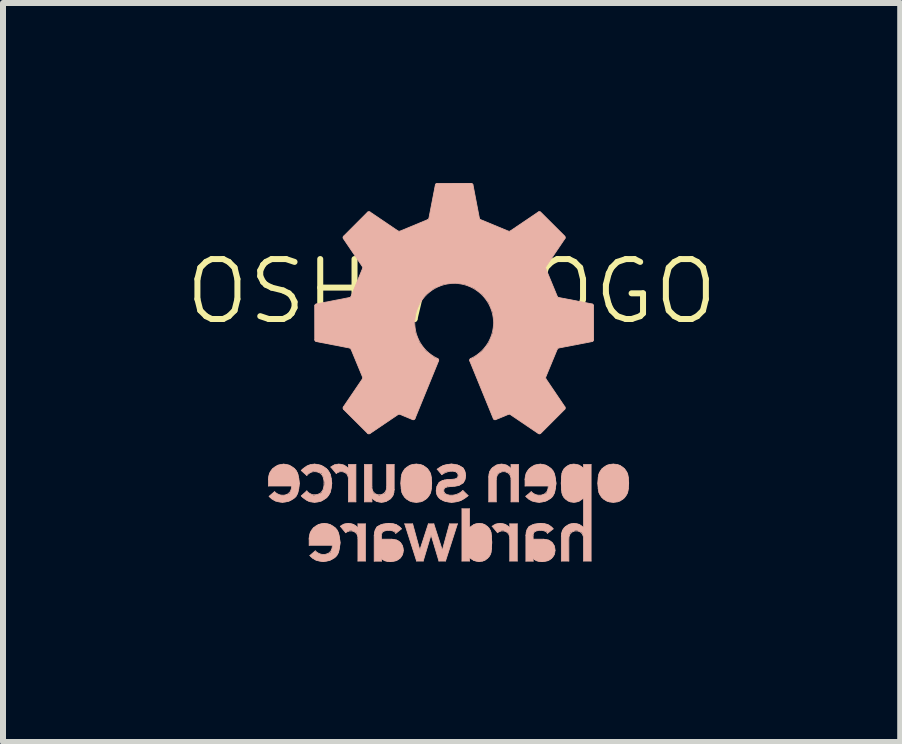
<source format=kicad_pcb>
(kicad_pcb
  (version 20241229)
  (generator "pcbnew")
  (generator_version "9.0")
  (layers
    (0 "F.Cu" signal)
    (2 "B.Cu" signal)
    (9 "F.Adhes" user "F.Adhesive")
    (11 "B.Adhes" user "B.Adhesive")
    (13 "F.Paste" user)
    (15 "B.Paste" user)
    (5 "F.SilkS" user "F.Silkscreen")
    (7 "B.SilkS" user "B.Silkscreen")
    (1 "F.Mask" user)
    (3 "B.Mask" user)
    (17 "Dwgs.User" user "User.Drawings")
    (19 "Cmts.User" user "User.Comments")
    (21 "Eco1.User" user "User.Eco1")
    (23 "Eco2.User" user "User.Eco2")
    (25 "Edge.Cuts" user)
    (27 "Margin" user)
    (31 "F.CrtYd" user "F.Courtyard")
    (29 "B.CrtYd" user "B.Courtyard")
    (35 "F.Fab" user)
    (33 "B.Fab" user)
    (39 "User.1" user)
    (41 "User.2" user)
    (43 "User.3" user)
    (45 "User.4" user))
  (footprint "OSHW LOGO"
    (layer "F.Cu")
    (at 4.479 2.311)
    (property "Reference" "OSHW LOGO" (at 0 -0.5 0) (unlocked yes) (layer "F.SilkS") (effects (font (size 1 1) (thickness 0.1))))
    (attr board_only exclude_from_pos_files exclude_from_bom)
    (fp_line (start -3.054 2.741) (end -3.054 2.639) (stroke (width 0.013) (type solid)) (layer "B.SilkS"))
    (fp_line (start -2.952 2.835) (end -3.042 2.912) (stroke (width 0.013) (type solid)) (layer "B.SilkS"))
    (fp_line (start -2.668 2.639) (end -2.93 2.639) (stroke (width 0.013) (type solid)) (layer "B.SilkS"))
    (fp_line (start -2.668 2.741) (end -3.054 2.741) (stroke (width 0.013) (type solid)) (layer "B.SilkS"))
    (fp_line (start -2.414 2.566) (end -2.506 2.484) (stroke (width 0.013) (type solid)) (layer "B.SilkS"))
    (fp_line (start -2.414 2.822) (end -2.506 2.905) (stroke (width 0.013) (type solid)) (layer "B.SilkS"))
    (fp_line (start -2.375 3.729) (end -2.375 3.626) (stroke (width 0.013) (type solid)) (layer "B.SilkS"))
    (fp_line (start -2.282 0.304) (end -2.282 -0.265) (stroke (width 0.013) (type solid)) (layer "B.SilkS"))
    (fp_line (start -2.273 3.822) (end -2.363 3.9) (stroke (width 0.013) (type solid)) (layer "B.SilkS"))
    (fp_line (start -2.257 -0.294) (end -1.7 -0.402) (stroke (width 0.013) (type solid)) (layer "B.SilkS"))
    (fp_line (start -2.257 0.333) (end -1.7 0.441) (stroke (width 0.013) (type solid)) (layer "B.SilkS"))
    (fp_line (start -1.989 3.626) (end -2.251 3.626) (stroke (width 0.013) (type solid)) (layer "B.SilkS"))
    (fp_line (start -1.989 3.729) (end -2.375 3.729) (stroke (width 0.013) (type solid)) (layer "B.SilkS"))
    (fp_line (start -1.924 2.532) (end -2.014 2.425) (stroke (width 0.013) (type solid)) (layer "B.SilkS"))
    (fp_line (start -1.806 -1.385) (end -1.487 -0.915) (stroke (width 0.013) (type solid)) (layer "B.SilkS"))
    (fp_line (start -1.806 1.424) (end -1.487 0.954) (stroke (width 0.013) (type solid)) (layer "B.SilkS"))
    (fp_line (start -1.802 -1.423) (end -1.4 -1.825) (stroke (width 0.013) (type solid)) (layer "B.SilkS"))
    (fp_line (start -1.802 1.462) (end -1.4 1.864) (stroke (width 0.013) (type solid)) (layer "B.SilkS"))
    (fp_line (start -1.766 3.52) (end -1.856 3.412) (stroke (width 0.013) (type solid)) (layer "B.SilkS"))
    (fp_line (start -1.72 2.45) (end -1.723 2.45) (stroke (width 0.013) (type solid)) (layer "B.SilkS"))
    (fp_line (start -1.72 2.45) (end -1.72 2.384) (stroke (width 0.013) (type solid)) (layer "B.SilkS"))
    (fp_line (start -1.72 3.005) (end -1.72 2.632) (stroke (width 0.013) (type solid)) (layer "B.SilkS"))
    (fp_line (start -1.678 -0.419) (end -1.485 -0.886) (stroke (width 0.013) (type solid)) (layer "B.SilkS"))
    (fp_line (start -1.678 0.459) (end -1.485 0.925) (stroke (width 0.013) (type solid)) (layer "B.SilkS"))
    (fp_line (start -1.596 2.384) (end -1.72 2.384) (stroke (width 0.013) (type solid)) (layer "B.SilkS"))
    (fp_line (start -1.596 3.005) (end -1.72 3.005) (stroke (width 0.013) (type solid)) (layer "B.SilkS"))
    (fp_line (start -1.596 3.005) (end -1.596 2.384) (stroke (width 0.013) (type solid)) (layer "B.SilkS"))
    (fp_line (start -1.562 3.438) (end -1.565 3.438) (stroke (width 0.013) (type solid)) (layer "B.SilkS"))
    (fp_line (start -1.562 3.438) (end -1.562 3.372) (stroke (width 0.013) (type solid)) (layer "B.SilkS"))
    (fp_line (start -1.562 3.992) (end -1.562 3.619) (stroke (width 0.013) (type solid)) (layer "B.SilkS"))
    (fp_line (start -1.454 3.005) (end -1.454 2.384) (stroke (width 0.013) (type solid)) (layer "B.SilkS"))
    (fp_line (start -1.438 3.372) (end -1.562 3.372) (stroke (width 0.013) (type solid)) (layer "B.SilkS"))
    (fp_line (start -1.438 3.992) (end -1.562 3.992) (stroke (width 0.013) (type solid)) (layer "B.SilkS"))
    (fp_line (start -1.438 3.992) (end -1.438 3.372) (stroke (width 0.013) (type solid)) (layer "B.SilkS"))
    (fp_line (start -1.362 -1.828) (end -0.892 -1.51) (stroke (width 0.013) (type solid)) (layer "B.SilkS"))
    (fp_line (start -1.362 1.867) (end -0.892 1.549) (stroke (width 0.013) (type solid)) (layer "B.SilkS"))
    (fp_line (start -1.329 2.384) (end -1.454 2.384) (stroke (width 0.013) (type solid)) (layer "B.SilkS"))
    (fp_line (start -1.329 2.754) (end -1.329 2.384) (stroke (width 0.013) (type solid)) (layer "B.SilkS"))
    (fp_line (start -1.329 3.005) (end -1.454 3.005) (stroke (width 0.013) (type solid)) (layer "B.SilkS"))
    (fp_line (start -1.329 3.005) (end -1.329 2.939) (stroke (width 0.013) (type solid)) (layer "B.SilkS"))
    (fp_line (start -1.327 2.939) (end -1.329 2.939) (stroke (width 0.013) (type solid)) (layer "B.SilkS"))
    (fp_line (start -1.291 3.994) (end -1.291 3.57) (stroke (width 0.013) (type solid)) (layer "B.SilkS"))
    (fp_line (start -1.17 3.628) (end -1.17 3.562) (stroke (width 0.013) (type solid)) (layer "B.SilkS"))
    (fp_line (start -1.17 3.776) (end -1.17 3.731) (stroke (width 0.013) (type solid)) (layer "B.SilkS"))
    (fp_line (start -1.17 3.994) (end -1.291 3.994) (stroke (width 0.013) (type solid)) (layer "B.SilkS"))
    (fp_line (start -1.17 3.994) (end -1.17 3.94) (stroke (width 0.013) (type solid)) (layer "B.SilkS"))
    (fp_line (start -1.167 3.94) (end -1.17 3.94) (stroke (width 0.013) (type solid)) (layer "B.SilkS"))
    (fp_line (start -1.083 2.754) (end -1.083 2.384) (stroke (width 0.013) (type solid)) (layer "B.SilkS"))
    (fp_line (start -1.024 3.731) (end -1.17 3.731) (stroke (width 0.013) (type solid)) (layer "B.SilkS"))
    (fp_line (start -1.002 3.628) (end -1.17 3.628) (stroke (width 0.013) (type solid)) (layer "B.SilkS"))
    (fp_line (start -0.958 2.384) (end -1.083 2.384) (stroke (width 0.013) (type solid)) (layer "B.SilkS"))
    (fp_line (start -0.958 2.797) (end -0.958 2.384) (stroke (width 0.013) (type solid)) (layer "B.SilkS"))
    (fp_line (start -0.864 -1.507) (end -0.397 -1.701) (stroke (width 0.013) (type solid)) (layer "B.SilkS"))
    (fp_line (start -0.864 1.546) (end -0.65 1.635) (stroke (width 0.013) (type solid)) (layer "B.SilkS"))
    (fp_line (start -0.836 3.455) (end -0.932 3.531) (stroke (width 0.013) (type solid)) (layer "B.SilkS"))
    (fp_line (start -0.65 3.372) (end -0.782 3.372) (stroke (width 0.013) (type solid)) (layer "B.SilkS"))
    (fp_line (start -0.611 1.618) (end -0.217 0.654) (stroke (width 0.013) (type solid)) (layer "B.SilkS"))
    (fp_line (start -0.584 3.992) (end -0.782 3.372) (stroke (width 0.013) (type solid)) (layer "B.SilkS"))
    (fp_line (start -0.531 3.806) (end -0.65 3.372) (stroke (width 0.013) (type solid)) (layer "B.SilkS"))
    (fp_line (start -0.529 3.806) (end -0.531 3.806) (stroke (width 0.013) (type solid)) (layer "B.SilkS"))
    (fp_line (start -0.474 3.992) (end -0.584 3.992) (stroke (width 0.013) (type solid)) (layer "B.SilkS"))
    (fp_line (start -0.388 3.372) (end -0.529 3.806) (stroke (width 0.013) (type solid)) (layer "B.SilkS"))
    (fp_line (start -0.379 -1.723) (end -0.271 -2.28) (stroke (width 0.013) (type solid)) (layer "B.SilkS"))
    (fp_line (start -0.344 3.558) (end -0.474 3.992) (stroke (width 0.013) (type solid)) (layer "B.SilkS"))
    (fp_line (start -0.342 3.558) (end -0.344 3.558) (stroke (width 0.013) (type solid)) (layer "B.SilkS"))
    (fp_line (start -0.297 3.372) (end -0.388 3.372) (stroke (width 0.013) (type solid)) (layer "B.SilkS"))
    (fp_line (start -0.242 -2.304) (end 0.326 -2.304) (stroke (width 0.013) (type solid)) (layer "B.SilkS"))
    (fp_line (start -0.212 3.992) (end -0.342 3.558) (stroke (width 0.013) (type solid)) (layer "B.SilkS"))
    (fp_line (start -0.164 2.552) (end -0.241 2.461) (stroke (width 0.013) (type solid)) (layer "B.SilkS"))
    (fp_line (start -0.157 3.806) (end -0.297 3.372) (stroke (width 0.013) (type solid)) (layer "B.SilkS"))
    (fp_line (start -0.154 3.806) (end -0.157 3.806) (stroke (width 0.013) (type solid)) (layer "B.SilkS"))
    (fp_line (start -0.102 3.992) (end -0.212 3.992) (stroke (width 0.013) (type solid)) (layer "B.SilkS"))
    (fp_line (start -0.035 3.372) (end -0.154 3.806) (stroke (width 0.013) (type solid)) (layer "B.SilkS"))
    (fp_line (start 0.026 2.628) (end -0.076 2.635) (stroke (width 0.013) (type solid)) (layer "B.SilkS"))
    (fp_line (start 0.054 2.744) (end -0.055 2.754) (stroke (width 0.013) (type solid)) (layer "B.SilkS"))
    (fp_line (start 0.097 3.372) (end -0.102 3.992) (stroke (width 0.013) (type solid)) (layer "B.SilkS"))
    (fp_line (start 0.097 3.372) (end -0.035 3.372) (stroke (width 0.013) (type solid)) (layer "B.SilkS"))
    (fp_line (start 0.172 3.992) (end 0.172 3.121) (stroke (width 0.013) (type solid)) (layer "B.SilkS"))
    (fp_line (start 0.274 2.901) (end 0.187 2.815) (stroke (width 0.013) (type solid)) (layer "B.SilkS"))
    (fp_line (start 0.297 3.121) (end 0.172 3.121) (stroke (width 0.013) (type solid)) (layer "B.SilkS"))
    (fp_line (start 0.297 3.438) (end 0.297 3.121) (stroke (width 0.013) (type solid)) (layer "B.SilkS"))
    (fp_line (start 0.297 3.992) (end 0.172 3.992) (stroke (width 0.013) (type solid)) (layer "B.SilkS"))
    (fp_line (start 0.297 3.992) (end 0.297 3.928) (stroke (width 0.013) (type solid)) (layer "B.SilkS"))
    (fp_line (start 0.301 0.654) (end 0.695 1.618) (stroke (width 0.013) (type solid)) (layer "B.SilkS"))
    (fp_line (start 0.356 -2.28) (end 0.463 -1.723) (stroke (width 0.013) (type solid)) (layer "B.SilkS"))
    (fp_line (start 0.481 -1.701) (end 0.948 -1.507) (stroke (width 0.013) (type solid)) (layer "B.SilkS"))
    (fp_line (start 0.619 3.005) (end 0.619 2.592) (stroke (width 0.013) (type solid)) (layer "B.SilkS"))
    (fp_line (start 0.734 1.635) (end 0.948 1.546) (stroke (width 0.013) (type solid)) (layer "B.SilkS"))
    (fp_line (start 0.744 3.005) (end 0.619 3.005) (stroke (width 0.013) (type solid)) (layer "B.SilkS"))
    (fp_line (start 0.744 3.005) (end 0.744 2.635) (stroke (width 0.013) (type solid)) (layer "B.SilkS"))
    (fp_line (start 0.765 3.52) (end 0.675 3.412) (stroke (width 0.013) (type solid)) (layer "B.SilkS"))
    (fp_line (start 0.969 3.438) (end 0.966 3.438) (stroke (width 0.013) (type solid)) (layer "B.SilkS"))
    (fp_line (start 0.969 3.438) (end 0.969 3.372) (stroke (width 0.013) (type solid)) (layer "B.SilkS"))
    (fp_line (start 0.969 3.992) (end 0.969 3.619) (stroke (width 0.013) (type solid)) (layer "B.SilkS"))
    (fp_line (start 0.976 -1.51) (end 1.446 -1.828) (stroke (width 0.013) (type solid)) (layer "B.SilkS"))
    (fp_line (start 0.976 1.549) (end 1.446 1.867) (stroke (width 0.013) (type solid)) (layer "B.SilkS"))
    (fp_line (start 0.99 2.45) (end 0.988 2.45) (stroke (width 0.013) (type solid)) (layer "B.SilkS"))
    (fp_line (start 0.99 2.45) (end 0.99 2.384) (stroke (width 0.013) (type solid)) (layer "B.SilkS"))
    (fp_line (start 0.99 3.005) (end 0.99 2.635) (stroke (width 0.013) (type solid)) (layer "B.SilkS"))
    (fp_line (start 1.094 3.372) (end 0.969 3.372) (stroke (width 0.013) (type solid)) (layer "B.SilkS"))
    (fp_line (start 1.094 3.992) (end 0.969 3.992) (stroke (width 0.013) (type solid)) (layer "B.SilkS"))
    (fp_line (start 1.094 3.992) (end 1.094 3.372) (stroke (width 0.013) (type solid)) (layer "B.SilkS"))
    (fp_line (start 1.115 2.384) (end 0.99 2.384) (stroke (width 0.013) (type solid)) (layer "B.SilkS"))
    (fp_line (start 1.115 3.005) (end 0.99 3.005) (stroke (width 0.013) (type solid)) (layer "B.SilkS"))
    (fp_line (start 1.115 3.005) (end 1.115 2.384) (stroke (width 0.013) (type solid)) (layer "B.SilkS"))
    (fp_line (start 1.224 2.741) (end 1.224 2.639) (stroke (width 0.013) (type solid)) (layer "B.SilkS"))
    (fp_line (start 1.238 3.994) (end 1.238 3.57) (stroke (width 0.013) (type solid)) (layer "B.SilkS"))
    (fp_line (start 1.327 2.835) (end 1.236 2.912) (stroke (width 0.013) (type solid)) (layer "B.SilkS"))
    (fp_line (start 1.359 3.628) (end 1.359 3.562) (stroke (width 0.013) (type solid)) (layer "B.SilkS"))
    (fp_line (start 1.359 3.776) (end 1.359 3.731) (stroke (width 0.013) (type solid)) (layer "B.SilkS"))
    (fp_line (start 1.359 3.994) (end 1.238 3.994) (stroke (width 0.013) (type solid)) (layer "B.SilkS"))
    (fp_line (start 1.359 3.994) (end 1.359 3.94) (stroke (width 0.013) (type solid)) (layer "B.SilkS"))
    (fp_line (start 1.362 3.94) (end 1.359 3.94) (stroke (width 0.013) (type solid)) (layer "B.SilkS"))
    (fp_line (start 1.484 -1.825) (end 1.886 -1.423) (stroke (width 0.013) (type solid)) (layer "B.SilkS"))
    (fp_line (start 1.484 1.864) (end 1.886 1.462) (stroke (width 0.013) (type solid)) (layer "B.SilkS"))
    (fp_line (start 1.505 3.731) (end 1.359 3.731) (stroke (width 0.013) (type solid)) (layer "B.SilkS"))
    (fp_line (start 1.527 3.628) (end 1.359 3.628) (stroke (width 0.013) (type solid)) (layer "B.SilkS"))
    (fp_line (start 1.569 -0.886) (end 1.762 -0.419) (stroke (width 0.013) (type solid)) (layer "B.SilkS"))
    (fp_line (start 1.569 0.925) (end 1.762 0.459) (stroke (width 0.013) (type solid)) (layer "B.SilkS"))
    (fp_line (start 1.572 -0.915) (end 1.89 -1.385) (stroke (width 0.013) (type solid)) (layer "B.SilkS"))
    (fp_line (start 1.572 0.954) (end 1.89 1.424) (stroke (width 0.013) (type solid)) (layer "B.SilkS"))
    (fp_line (start 1.611 2.639) (end 1.349 2.639) (stroke (width 0.013) (type solid)) (layer "B.SilkS"))
    (fp_line (start 1.611 2.741) (end 1.224 2.741) (stroke (width 0.013) (type solid)) (layer "B.SilkS"))
    (fp_line (start 1.693 3.455) (end 1.597 3.531) (stroke (width 0.013) (type solid)) (layer "B.SilkS"))
    (fp_line (start 1.784 -0.402) (end 2.342 -0.294) (stroke (width 0.013) (type solid)) (layer "B.SilkS"))
    (fp_line (start 1.784 0.441) (end 2.342 0.333) (stroke (width 0.013) (type solid)) (layer "B.SilkS"))
    (fp_line (start 1.829 3.992) (end 1.829 3.58) (stroke (width 0.013) (type solid)) (layer "B.SilkS"))
    (fp_line (start 1.954 3.992) (end 1.829 3.992) (stroke (width 0.013) (type solid)) (layer "B.SilkS"))
    (fp_line (start 1.954 3.992) (end 1.954 3.623) (stroke (width 0.013) (type solid)) (layer "B.SilkS"))
    (fp_line (start 2.2 3.438) (end 2.197 3.438) (stroke (width 0.013) (type solid)) (layer "B.SilkS"))
    (fp_line (start 2.2 3.992) (end 2.2 3.623) (stroke (width 0.013) (type solid)) (layer "B.SilkS"))
    (fp_line (start 2.2 2.449) (end 2.2 2.384) (stroke (width 0.013) (type solid)) (layer "B.SilkS"))
    (fp_line (start 2.2 2.939) (end 2.2 3.438) (stroke (width 0.013) (type solid)) (layer "B.SilkS"))
    (fp_line (start 2.325 2.384) (end 2.2 2.384) (stroke (width 0.013) (type solid)) (layer "B.SilkS"))
    (fp_line (start 2.325 3.992) (end 2.2 3.992) (stroke (width 0.013) (type solid)) (layer "B.SilkS"))
    (fp_line (start 2.325 3.992) (end 2.325 2.384) (stroke (width 0.013) (type solid)) (layer "B.SilkS"))
    (fp_line (start 2.366 0.304) (end 2.366 -0.265) (stroke (width 0.013) (type solid)) (layer "B.SilkS"))
    (fp_arc (start -3.054367 2.638713) (mid -3.049966 2.583857) (end -3.035216 2.530837) (stroke (width 0.0127) (type solid)) (layer "B.SilkS"))
    (fp_arc (start -3.035214 2.530836) (mid -3.011172 2.486) (end -2.97776 2.447634) (stroke (width 0.0127) (type solid)) (layer "B.SilkS"))
    (fp_arc (start -2.993258 2.958037) (mid -3.019097 2.936329) (end -3.042323 2.911845) (stroke (width 0.0127) (type solid)) (layer "B.SilkS"))
    (fp_arc (start -2.97776 2.447633) (mid -2.938747 2.417193) (end -2.894783 2.394484) (stroke (width 0.0127) (type solid)) (layer "B.SilkS"))
    (fp_arc (start -2.938467 2.988739) (mid -2.966859 2.97517) (end -2.993257 2.958041) (stroke (width 0.0127) (type solid)) (layer "B.SilkS"))
    (fp_arc (start -2.929853 2.638711) (mid -2.926616 2.607374) (end -2.91856 2.576918) (stroke (width 0.0127) (type solid)) (layer "B.SilkS"))
    (fp_arc (start -2.918563 2.576919) (mid -2.906938 2.552715) (end -2.890414 2.531552) (stroke (width 0.0127) (type solid)) (layer "B.SilkS"))
    (fp_arc (start -2.894784 2.394484) (mid -2.84775 2.381064) (end -2.799026 2.376768) (stroke (width 0.0127) (type solid)) (layer "B.SilkS"))
    (fp_arc (start -2.890414 2.531551) (mid -2.871274 2.515503) (end -2.849266 2.503687) (stroke (width 0.0127) (type solid)) (layer "B.SilkS"))
    (fp_arc (start -2.888318 2.879641) (mid -2.922279 2.860193) (end -2.951943 2.834668) (stroke (width 0.0127) (type solid)) (layer "B.SilkS"))
    (fp_arc (start -2.849265 2.503689) (mid -2.824599 2.496594) (end -2.799027 2.4944) (stroke (width 0.0127) (type solid)) (layer "B.SilkS"))
    (fp_arc (start -2.817958 3.011692) (mid -2.879312 3.005984) (end -2.938469 2.988738) (stroke (width 0.0127) (type solid)) (layer "B.SilkS"))
    (fp_arc (start -2.815659 2.894631) (mid -2.852779 2.890961) (end -2.888318 2.87964) (stroke (width 0.0127) (type solid)) (layer "B.SilkS"))
    (fp_arc (start -2.799026 2.376764) (mid -2.753959 2.381169) (end -2.710557 2.394087) (stroke (width 0.0127) (type solid)) (layer "B.SilkS"))
    (fp_arc (start -2.799026 2.494401) (mid -2.773116 2.49658) (end -2.748107 2.50369) (stroke (width 0.0127) (type solid)) (layer "B.SilkS"))
    (fp_arc (start -2.756846 2.885058) (mid -2.785835 2.892416) (end -2.81566 2.894634) (stroke (width 0.0127) (type solid)) (layer "B.SilkS"))
    (fp_arc (start -2.748106 2.503688) (mid -2.725928 2.515467) (end -2.706646 2.531552) (stroke (width 0.0127) (type solid)) (layer "B.SilkS"))
    (fp_arc (start -2.723888 2.996232) (mid -2.770295 3.007779) (end -2.817957 3.01169) (stroke (width 0.0127) (type solid)) (layer "B.SilkS"))
    (fp_arc (start -2.710558 2.39409) (mid -2.66615 2.416708) (end -2.625872 2.446056) (stroke (width 0.0127) (type solid)) (layer "B.SilkS"))
    (fp_arc (start -2.709511 2.856328) (mid -2.731726 2.873087) (end -2.756846 2.885055) (stroke (width 0.0127) (type solid)) (layer "B.SilkS"))
    (fp_arc (start -2.706645 2.531552) (mid -2.690146 2.552702) (end -2.678606 2.576919) (stroke (width 0.0127) (type solid)) (layer "B.SilkS"))
    (fp_arc (start -2.678607 2.576919) (mid -2.670805 2.60739) (end -2.667921 2.638712) (stroke (width 0.0127) (type solid)) (layer "B.SilkS"))
    (fp_arc (start -2.678313 2.808451) (mid -2.690994 2.834291) (end -2.709512 2.856327) (stroke (width 0.0127) (type solid)) (layer "B.SilkS"))
    (fp_arc (start -2.66792 2.741425) (mid -2.670198 2.775392) (end -2.678311 2.808453) (stroke (width 0.0127) (type solid)) (layer "B.SilkS"))
    (fp_arc (start -2.632758 2.949862) (mid -2.676683 2.97627) (end -2.723888 2.996232) (stroke (width 0.0127) (type solid)) (layer "B.SilkS"))
    (fp_arc (start -2.625873 2.446057) (mid -2.606167 2.465487) (end -2.589663 2.487703) (stroke (width 0.0127) (type solid)) (layer "B.SilkS"))
    (fp_arc (start -2.593537 2.910853) (mid -2.611442 2.932071) (end -2.632757 2.949862) (stroke (width 0.0127) (type solid)) (layer "B.SilkS"))
    (fp_arc (start -2.589661 2.487701) (mid -2.574996 2.514718) (end -2.563809 2.54335) (stroke (width 0.0127) (type solid)) (layer "B.SilkS"))
    (fp_arc (start -2.565515 2.855648) (mid -2.577597 2.884229) (end -2.593536 2.910853) (stroke (width 0.0127) (type solid)) (layer "B.SilkS"))
    (fp_arc (start -2.563809 2.54335) (mid -2.554434 2.57782) (end -2.548274 2.613007) (stroke (width 0.0127) (type solid)) (layer "B.SilkS"))
    (fp_arc (start -2.548712 2.784254) (mid -2.555333 2.82037) (end -2.565514 2.855648) (stroke (width 0.0127) (type solid)) (layer "B.SilkS"))
    (fp_arc (start -2.548276 2.613007) (mid -2.544296 2.654751) (end -2.543115 2.696667) (stroke (width 0.0127) (type solid)) (layer "B.SilkS"))
    (fp_arc (start -2.543114 2.696666) (mid -2.544391 2.740557) (end -2.548715 2.784253) (stroke (width 0.0127) (type solid)) (layer "B.SilkS"))
    (fp_arc (start -2.506461 2.484356) (mid -2.461587 2.441417) (end -2.409768 2.407178) (stroke (width 0.0127) (type solid)) (layer "B.SilkS"))
    (fp_arc (start -2.414359 2.566414) (mid -2.387921 2.539074) (end -2.356409 2.517781) (stroke (width 0.0127) (type solid)) (layer "B.SilkS"))
    (fp_arc (start -2.409769 2.407176) (mid -2.380719 2.393806) (end -2.350165 2.384367) (stroke (width 0.0127) (type solid)) (layer "B.SilkS"))
    (fp_arc (start -2.409768 2.981561) (mid -2.461615 2.947517) (end -2.50646 2.90467) (stroke (width 0.0127) (type solid)) (layer "B.SilkS"))
    (fp_arc (start -2.375066 3.626382) (mid -2.370677 3.571522) (end -2.355915 3.518506) (stroke (width 0.0127) (type solid)) (layer "B.SilkS"))
    (fp_arc (start -2.356703 2.871106) (mid -2.388126 2.849626) (end -2.414358 2.822046) (stroke (width 0.0127) (type solid)) (layer "B.SilkS"))
    (fp_arc (start -2.356409 2.517779) (mid -2.323245 2.50555) (end -2.288121 2.501569) (stroke (width 0.0127) (type solid)) (layer "B.SilkS"))
    (fp_arc (start -2.355914 3.518505) (mid -2.331882 3.47366) (end -2.29846 3.435303) (stroke (width 0.0127) (type solid)) (layer "B.SilkS"))
    (fp_arc (start -2.350166 2.38437) (mid -2.316935 2.378594) (end -2.283255 2.376768) (stroke (width 0.0127) (type solid)) (layer "B.SilkS"))
    (fp_arc (start -2.350165 3.004161) (mid -2.380706 2.994812) (end -2.409769 2.981565) (stroke (width 0.0127) (type solid)) (layer "B.SilkS"))
    (fp_arc (start -2.313958 3.945705) (mid -2.339796 3.923995) (end -2.363023 3.899513) (stroke (width 0.0127) (type solid)) (layer "B.SilkS"))
    (fp_arc (start -2.29846 3.435301) (mid -2.259446 3.404865) (end -2.215483 3.382152) (stroke (width 0.0127) (type solid)) (layer "B.SilkS"))
    (fp_arc (start -2.288122 2.887459) (mid -2.32341 2.883462) (end -2.356705 2.871106) (stroke (width 0.0127) (type solid)) (layer "B.SilkS"))
    (fp_arc (start -2.288121 2.501569) (mid -2.252209 2.504253) (end -2.217445 2.513657) (stroke (width 0.0127) (type solid)) (layer "B.SilkS"))
    (fp_arc (start -2.283254 2.376767) (mid -2.231187 2.381306) (end -2.180813 2.395235) (stroke (width 0.0127) (type solid)) (layer "B.SilkS"))
    (fp_arc (start -2.283253 3.011689) (mid -2.316928 3.009879) (end -2.350164 3.004158) (stroke (width 0.0127) (type solid)) (layer "B.SilkS"))
    (fp_arc (start -2.281699 -0.264532) (mid -2.274834 -0.28363) (end -2.257381 -0.293988) (stroke (width 0.0127) (type solid)) (layer "B.SilkS"))
    (fp_arc (start -2.259167 3.976407) (mid -2.287561 3.962841) (end -2.313957 3.945709) (stroke (width 0.0127) (type solid)) (layer "B.SilkS"))
    (fp_arc (start -2.257381 0.333009) (mid -2.274834 0.322651) (end -2.281699 0.303553) (stroke (width 0.0127) (type solid)) (layer "B.SilkS"))
    (fp_arc (start -2.250553 3.62638) (mid -2.247312 3.595044) (end -2.23926 3.564587) (stroke (width 0.0127) (type solid)) (layer "B.SilkS"))
    (fp_arc (start -2.239263 3.564587) (mid -2.227633 3.540387) (end -2.211114 3.51922) (stroke (width 0.0127) (type solid)) (layer "B.SilkS"))
    (fp_arc (start -2.217445 2.875425) (mid -2.252211 2.8848) (end -2.28812 2.887457) (stroke (width 0.0127) (type solid)) (layer "B.SilkS"))
    (fp_arc (start -2.217444 2.513656) (mid -2.189906 2.528586) (end -2.166966 2.549912) (stroke (width 0.0127) (type solid)) (layer "B.SilkS"))
    (fp_arc (start -2.215484 3.382153) (mid -2.168449 3.368735) (end -2.119726 3.364437) (stroke (width 0.0127) (type solid)) (layer "B.SilkS"))
    (fp_arc (start -2.211113 3.51922) (mid -2.191971 3.503176) (end -2.169965 3.491356) (stroke (width 0.0127) (type solid)) (layer "B.SilkS"))
    (fp_arc (start -2.209017 3.86731) (mid -2.242976 3.84786) (end -2.272642 3.822337) (stroke (width 0.0127) (type solid)) (layer "B.SilkS"))
    (fp_arc (start -2.180814 2.395236) (mid -2.132387 2.418978) (end -2.088729 2.450646) (stroke (width 0.0127) (type solid)) (layer "B.SilkS"))
    (fp_arc (start -2.180812 2.993399) (mid -2.231201 3.007205) (end -2.283253 3.01169) (stroke (width 0.0127) (type solid)) (layer "B.SilkS"))
    (fp_arc (start -2.169965 3.491358) (mid -2.145299 3.484259) (end -2.119727 3.482069) (stroke (width 0.0127) (type solid)) (layer "B.SilkS"))
    (fp_arc (start -2.166967 2.549915) (mid -2.148601 2.578513) (end -2.136688 2.610346) (stroke (width 0.0127) (type solid)) (layer "B.SilkS"))
    (fp_arc (start -2.166965 2.839331) (mid -2.189925 2.860566) (end -2.217443 2.875427) (stroke (width 0.0127) (type solid)) (layer "B.SilkS"))
    (fp_arc (start -2.138658 3.999361) (mid -2.200012 3.993654) (end -2.259169 3.976407) (stroke (width 0.0127) (type solid)) (layer "B.SilkS"))
    (fp_arc (start -2.136688 2.610345) (mid -2.128781 2.652304) (end -2.126589 2.694944) (stroke (width 0.0127) (type solid)) (layer "B.SilkS"))
    (fp_arc (start -2.136686 2.779171) (mid -2.148602 2.810873) (end -2.166965 2.839331) (stroke (width 0.0127) (type solid)) (layer "B.SilkS"))
    (fp_arc (start -2.136359 3.8823) (mid -2.173478 3.878629) (end -2.209018 3.867309) (stroke (width 0.0127) (type solid)) (layer "B.SilkS"))
    (fp_arc (start -2.126588 2.694944) (mid -2.128781 2.7374) (end -2.136687 2.779171) (stroke (width 0.0127) (type solid)) (layer "B.SilkS"))
    (fp_arc (start -2.119726 3.48207) (mid -2.093816 3.484249) (end -2.068807 3.491359) (stroke (width 0.0127) (type solid)) (layer "B.SilkS"))
    (fp_arc (start -2.119725 3.364433) (mid -2.074657 3.368838) (end -2.031256 3.381756) (stroke (width 0.0127) (type solid)) (layer "B.SilkS"))
    (fp_arc (start -2.088726 2.450645) (mid -2.068189 2.470791) (end -2.050679 2.493617) (stroke (width 0.0127) (type solid)) (layer "B.SilkS"))
    (fp_arc (start -2.088726 2.93853) (mid -2.132417 2.969914) (end -2.180812 2.993402) (stroke (width 0.0127) (type solid)) (layer "B.SilkS"))
    (fp_arc (start -2.077546 3.872727) (mid -2.106535 3.880086) (end -2.13636 3.882303) (stroke (width 0.0127) (type solid)) (layer "B.SilkS"))
    (fp_arc (start -2.068806 3.491357) (mid -2.046626 3.503134) (end -2.027346 3.519221) (stroke (width 0.0127) (type solid)) (layer "B.SilkS"))
    (fp_arc (start -2.050682 2.895867) (mid -2.068189 2.91855) (end -2.088729 2.938526) (stroke (width 0.0127) (type solid)) (layer "B.SilkS"))
    (fp_arc (start -2.050681 2.493617) (mid -2.035405 2.520301) (end -2.023523 2.548659) (stroke (width 0.0127) (type solid)) (layer "B.SilkS"))
    (fp_arc (start -2.044588 3.983901) (mid -2.090995 3.99545) (end -2.138657 3.999359) (stroke (width 0.0127) (type solid)) (layer "B.SilkS"))
    (fp_arc (start -2.031258 3.381759) (mid -1.986848 3.404375) (end -1.946572 3.433725) (stroke (width 0.0127) (type solid)) (layer "B.SilkS"))
    (fp_arc (start -2.03021 3.843997) (mid -2.052429 3.860749) (end -2.077545 3.872724) (stroke (width 0.0127) (type solid)) (layer "B.SilkS"))
    (fp_arc (start -2.027345 3.519221) (mid -2.010841 3.540368) (end -1.999306 3.564588) (stroke (width 0.0127) (type solid)) (layer "B.SilkS"))
    (fp_arc (start -2.023523 2.548659) (mid -2.013741 2.581818) (end -2.007219 2.615768) (stroke (width 0.0127) (type solid)) (layer "B.SilkS"))
    (fp_arc (start -2.023522 2.841054) (mid -2.035399 2.869306) (end -2.05068 2.89587) (stroke (width 0.0127) (type solid)) (layer "B.SilkS"))
    (fp_arc (start -2.013975 2.424679) (mid -1.983803 2.404267) (end -1.950846 2.388745) (stroke (width 0.0127) (type solid)) (layer "B.SilkS"))
    (fp_arc (start -2.007219 2.774075) (mid -2.013739 2.807961) (end -2.023523 2.841052) (stroke (width 0.0127) (type solid)) (layer "B.SilkS"))
    (fp_arc (start -2.007218 2.615769) (mid -2.003045 2.655258) (end -2.001782 2.694946) (stroke (width 0.0127) (type solid)) (layer "B.SilkS"))
    (fp_arc (start -2.001786 2.694944) (mid -2.003044 2.73461) (end -2.007222 2.774075) (stroke (width 0.0127) (type solid)) (layer "B.SilkS"))
    (fp_arc (start -1.999307 3.564588) (mid -1.9915 3.595059) (end -1.988621 3.626381) (stroke (width 0.0127) (type solid)) (layer "B.SilkS"))
    (fp_arc (start -1.999017 3.79612) (mid -2.011692 3.821963) (end -2.030213 3.843996) (stroke (width 0.0127) (type solid)) (layer "B.SilkS"))
    (fp_arc (start -1.988622 3.729093) (mid -1.990911 3.763058) (end -1.999016 3.796121) (stroke (width 0.0127) (type solid)) (layer "B.SilkS"))
    (fp_arc (start -1.953458 3.937531) (mid -1.997382 3.963942) (end -2.044588 3.983901) (stroke (width 0.0127) (type solid)) (layer "B.SilkS"))
    (fp_arc (start -1.950844 2.388745) (mid -1.918108 2.379781) (end -1.884301 2.376766) (stroke (width 0.0127) (type solid)) (layer "B.SilkS"))
    (fp_arc (start -1.946573 3.433725) (mid -1.926864 3.453153) (end -1.910363 3.475371) (stroke (width 0.0127) (type solid)) (layer "B.SilkS"))
    (fp_arc (start -1.923889 2.53227) (mid -1.904205 2.519268) (end -1.88285 2.509245) (stroke (width 0.0127) (type solid)) (layer "B.SilkS"))
    (fp_arc (start -1.914237 3.898517) (mid -1.932132 3.919748) (end -1.953457 3.937529) (stroke (width 0.0127) (type solid)) (layer "B.SilkS"))
    (fp_arc (start -1.910361 3.47537) (mid -1.895693 3.502386) (end -1.884509 3.531019) (stroke (width 0.0127) (type solid)) (layer "B.SilkS"))
    (fp_arc (start -1.886216 3.843317) (mid -1.898294 3.871899) (end -1.914237 3.898519) (stroke (width 0.0127) (type solid)) (layer "B.SilkS"))
    (fp_arc (start -1.884509 3.531019) (mid -1.875132 3.565489) (end -1.868974 3.600676) (stroke (width 0.0127) (type solid)) (layer "B.SilkS"))
    (fp_arc (start -1.8843 2.376766) (mid -1.837294 2.380985) (end -1.792268 2.39513) (stroke (width 0.0127) (type solid)) (layer "B.SilkS"))
    (fp_arc (start -1.88285 2.509247) (mid -1.8624 2.503539) (end -1.84126 2.501571) (stroke (width 0.0127) (type solid)) (layer "B.SilkS"))
    (fp_arc (start -1.869412 3.771923) (mid -1.87603 3.80804) (end -1.886214 3.843317) (stroke (width 0.0127) (type solid)) (layer "B.SilkS"))
    (fp_arc (start -1.868975 3.600676) (mid -1.864993 3.64242) (end -1.863814 3.684336) (stroke (width 0.0127) (type solid)) (layer "B.SilkS"))
    (fp_arc (start -1.863814 3.684335) (mid -1.865088 3.728226) (end -1.869415 3.771922) (stroke (width 0.0127) (type solid)) (layer "B.SilkS"))
    (fp_arc (start -1.855847 3.412348) (mid -1.825677 3.39193) (end -1.792718 3.376414) (stroke (width 0.0127) (type solid)) (layer "B.SilkS"))
    (fp_arc (start -1.841259 2.501569) (mid -1.796811 2.509501) (end -1.757914 2.532412) (stroke (width 0.0127) (type solid)) (layer "B.SilkS"))
    (fp_arc (start -1.805551 -1.384801) (mid -1.810568 -1.404466) (end -1.801918 -1.422825) (stroke (width 0.0127) (type solid)) (layer "B.SilkS"))
    (fp_arc (start -1.801918 1.461846) (mid -1.810568 1.443487) (end -1.805551 1.423822) (stroke (width 0.0127) (type solid)) (layer "B.SilkS"))
    (fp_arc (start -1.792716 3.376414) (mid -1.759979 3.367457) (end -1.726173 3.364435) (stroke (width 0.0127) (type solid)) (layer "B.SilkS"))
    (fp_arc (start -1.79227 2.39513) (mid -1.754195 2.418479) (end -1.72277 2.450215) (stroke (width 0.0127) (type solid)) (layer "B.SilkS"))
    (fp_arc (start -1.765761 3.519938) (mid -1.746078 3.506935) (end -1.724722 3.496913) (stroke (width 0.0127) (type solid)) (layer "B.SilkS"))
    (fp_arc (start -1.757915 2.532413) (mid -1.741201 2.55065) (end -1.72982 2.572616) (stroke (width 0.0127) (type solid)) (layer "B.SilkS"))
    (fp_arc (start -1.729822 2.572617) (mid -1.722488 2.601658) (end -1.720475 2.631542) (stroke (width 0.0127) (type solid)) (layer "B.SilkS"))
    (fp_arc (start -1.726172 3.364435) (mid -1.679169 3.368659) (end -1.634142 3.382797) (stroke (width 0.0127) (type solid)) (layer "B.SilkS"))
    (fp_arc (start -1.724722 3.496916) (mid -1.704271 3.491214) (end -1.683132 3.48924) (stroke (width 0.0127) (type solid)) (layer "B.SilkS"))
    (fp_arc (start -1.700012 0.44054) (mid -1.686731 0.446751) (end -1.677981 0.458515) (stroke (width 0.0127) (type solid)) (layer "B.SilkS"))
    (fp_arc (start -1.683131 3.489238) (mid -1.638691 3.497182) (end -1.599786 3.520081) (stroke (width 0.0127) (type solid)) (layer "B.SilkS"))
    (fp_arc (start -1.677981 -0.419493) (mid -1.686731 -0.407729) (end -1.700012 -0.401518) (stroke (width 0.0127) (type solid)) (layer "B.SilkS"))
    (fp_arc (start -1.634143 3.382797) (mid -1.596067 3.406148) (end -1.564641 3.437885) (stroke (width 0.0127) (type solid)) (layer "B.SilkS"))
    (fp_arc (start -1.599787 3.520082) (mid -1.583057 3.53831) (end -1.571692 3.560285) (stroke (width 0.0127) (type solid)) (layer "B.SilkS"))
    (fp_arc (start -1.571692 3.560284) (mid -1.564371 3.589325) (end -1.562347 3.619207) (stroke (width 0.0127) (type solid)) (layer "B.SilkS"))
    (fp_arc (start -1.487469 -0.914646) (mid -1.482471 -0.900862) (end -1.484602 -0.886355) (stroke (width 0.0127) (type solid)) (layer "B.SilkS"))
    (fp_arc (start -1.484602 0.925377) (mid -1.482471 0.939884) (end -1.48747 0.953668) (stroke (width 0.0127) (type solid)) (layer "B.SilkS"))
    (fp_arc (start -1.400223 -1.82452) (mid -1.381864 -1.83317) (end -1.362199 -1.828153) (stroke (width 0.0127) (type solid)) (layer "B.SilkS"))
    (fp_arc (start -1.362198 1.867175) (mid -1.381862 1.872191) (end -1.400221 1.863541) (stroke (width 0.0127) (type solid)) (layer "B.SilkS"))
    (fp_arc (start -1.320425 2.810353) (mid -1.327203 2.782575) (end -1.329165 2.754048) (stroke (width 0.0127) (type solid)) (layer "B.SilkS"))
    (fp_arc (start -1.294167 2.852458) (mid -1.309665 2.832883) (end -1.320423 2.810352) (stroke (width 0.0127) (type solid)) (layer "B.SilkS"))
    (fp_arc (start -1.290747 3.569572) (mid -1.289443 3.54326) (end -1.285901 3.517156) (stroke (width 0.0127) (type solid)) (layer "B.SilkS"))
    (fp_arc (start -1.2859 3.517158) (mid -1.28059 3.494694) (end -1.272824 3.472957) (stroke (width 0.0127) (type solid)) (layer "B.SilkS"))
    (fp_arc (start -1.272823 3.472958) (mid -1.251883 3.437459) (end -1.221889 3.409194) (stroke (width 0.0127) (type solid)) (layer "B.SilkS"))
    (fp_arc (start -1.25759 2.993472) (mid -1.295372 2.970285) (end -1.326595 2.938816) (stroke (width 0.0127) (type solid)) (layer "B.SilkS"))
    (fp_arc (start -1.254854 2.878708) (mid -1.275858 2.867598) (end -1.294168 2.852457) (stroke (width 0.0127) (type solid)) (layer "B.SilkS"))
    (fp_arc (start -1.221889 3.409191) (mid -1.183401 3.388881) (end -1.141996 3.37548) (stroke (width 0.0127) (type solid)) (layer "B.SilkS"))
    (fp_arc (start -1.206945 2.887461) (mid -1.231322 2.885403) (end -1.254852 2.878711) (stroke (width 0.0127) (type solid)) (layer "B.SilkS"))
    (fp_arc (start -1.169963 3.5624) (mid -1.168338 3.543949) (end -1.162434 3.526392) (stroke (width 0.0127) (type solid)) (layer "B.SilkS"))
    (fp_arc (start -1.166496 3.01169) (mid -1.213026 3.007499) (end -1.257588 2.993471) (stroke (width 0.0127) (type solid)) (layer "B.SilkS"))
    (fp_arc (start -1.16278 3.833811) (mid -1.168546 3.805393) (end -1.16996 3.77643) (stroke (width 0.0127) (type solid)) (layer "B.SilkS"))
    (fp_arc (start -1.162433 3.526392) (mid -1.152571 3.512122) (end -1.13926 3.500999) (stroke (width 0.0127) (type solid)) (layer "B.SilkS"))
    (fp_arc (start -1.157956 2.878708) (mid -1.182036 2.885402) (end -1.206945 2.887458) (stroke (width 0.0127) (type solid)) (layer "B.SilkS"))
    (fp_arc (start -1.15382 3.853034) (mid -1.158974 3.843736) (end -1.162781 3.833811) (stroke (width 0.0127) (type solid)) (layer "B.SilkS"))
    (fp_arc (start -1.141997 3.375481) (mid -1.09132 3.367087) (end -1.039995 3.365009) (stroke (width 0.0127) (type solid)) (layer "B.SilkS"))
    (fp_arc (start -1.141261 3.865948) (mid -1.148156 3.860092) (end -1.153819 3.853034) (stroke (width 0.0127) (type solid)) (layer "B.SilkS"))
    (fp_arc (start -1.13926 3.501002) (mid -1.120553 3.491798) (end -1.100462 3.486229) (stroke (width 0.0127) (type solid)) (layer "B.SilkS"))
    (fp_arc (start -1.118295 2.852458) (mid -1.13677 2.86763) (end -1.157957 2.878709) (stroke (width 0.0127) (type solid)) (layer "B.SilkS"))
    (fp_arc (start -1.115445 3.986161) (mid -1.145568 3.967568) (end -1.167372 3.939682) (stroke (width 0.0127) (type solid)) (layer "B.SilkS"))
    (fp_arc (start -1.100462 3.486229) (mid -1.073352 3.48267) (end -1.046017 3.482068) (stroke (width 0.0127) (type solid)) (layer "B.SilkS"))
    (fp_arc (start -1.098735 3.880505) (mid -1.120701 3.875277) (end -1.141262 3.865946) (stroke (width 0.0127) (type solid)) (layer "B.SilkS"))
    (fp_arc (start -1.094407 2.998026) (mid -1.129812 3.008237) (end -1.166498 3.011691) (stroke (width 0.0127) (type solid)) (layer "B.SilkS"))
    (fp_arc (start -1.092036 2.810352) (mid -1.102794 2.832884) (end -1.118295 2.852458) (stroke (width 0.0127) (type solid)) (layer "B.SilkS"))
    (fp_arc (start -1.083295 2.754049) (mid -1.085251 2.782576) (end -1.092035 2.810354) (stroke (width 0.0127) (type solid)) (layer "B.SilkS"))
    (fp_arc (start -1.072696 3.99778) (mid -1.094413 3.993235) (end -1.115444 3.986162) (stroke (width 0.0127) (type solid)) (layer "B.SilkS"))
    (fp_arc (start -1.046016 3.482068) (mid -1.026254 3.482622) (end -1.006575 3.484506) (stroke (width 0.0127) (type solid)) (layer "B.SilkS"))
    (fp_arc (start -1.039994 3.365009) (mid -1.00833 3.365846) (end -0.976903 3.369797) (stroke (width 0.0127) (type solid)) (layer "B.SilkS"))
    (fp_arc (start -1.033678 3.884596) (mid -1.0663 3.884043) (end -1.098735 3.880507) (stroke (width 0.0127) (type solid)) (layer "B.SilkS"))
    (fp_arc (start -1.025623 2.957034) (mid -1.058403 2.980233) (end -1.094406 2.998025) (stroke (width 0.0127) (type solid)) (layer "B.SilkS"))
    (fp_arc (start -1.024497 3.730815) (mid -1.001097 3.732484) (end -0.978022 3.736715) (stroke (width 0.0127) (type solid)) (layer "B.SilkS"))
    (fp_arc (start -1.018474 4.001653) (mid -1.045661 4.000785) (end -1.072695 3.99778) (stroke (width 0.0127) (type solid)) (layer "B.SilkS"))
    (fp_arc (start -1.006577 3.484507) (mid -0.990261 3.487389) (end -0.974296 3.491822) (stroke (width 0.0127) (type solid)) (layer "B.SilkS"))
    (fp_arc (start -1.001839 3.628103) (mid -0.958709 3.631482) (end -0.916767 3.642088) (stroke (width 0.0127) (type solid)) (layer "B.SilkS"))
    (fp_arc (start -0.981677 3.878499) (mid -1.007471 3.883304) (end -1.033678 3.884598) (stroke (width 0.0127) (type solid)) (layer "B.SilkS"))
    (fp_arc (start -0.978023 3.736716) (mid -0.960853 3.742461) (end -0.945026 3.751257) (stroke (width 0.0127) (type solid)) (layer "B.SilkS"))
    (fp_arc (start -0.976905 3.369797) (mid -0.948921 3.376489) (end -0.921929 3.386457) (stroke (width 0.0127) (type solid)) (layer "B.SilkS"))
    (fp_arc (start -0.975272 2.889574) (mid -0.996215 2.926464) (end -1.025623 2.957034) (stroke (width 0.0127) (type solid)) (layer "B.SilkS"))
    (fp_arc (start -0.974294 3.491822) (mid -0.949817 3.507634) (end -0.931822 3.530555) (stroke (width 0.0127) (type solid)) (layer "B.SilkS"))
    (fp_arc (start -0.962679 2.846241) (mid -0.967791 2.868252) (end -0.975275 2.889573) (stroke (width 0.0127) (type solid)) (layer "B.SilkS"))
    (fp_arc (start -0.95849 2.796511) (mid -0.95947 2.821471) (end -0.962676 2.846244) (stroke (width 0.0127) (type solid)) (layer "B.SilkS"))
    (fp_arc (start -0.946755 3.860207) (mid -0.963127 3.871432) (end -0.981677 3.878497) (stroke (width 0.0127) (type solid)) (layer "B.SilkS"))
    (fp_arc (start -0.945025 3.751257) (mid -0.933757 3.761577) (end -0.925505 3.774442) (stroke (width 0.0127) (type solid)) (layer "B.SilkS"))
    (fp_arc (start -0.928317 3.986808) (mid -0.972809 3.997796) (end -1.018475 4.001654) (stroke (width 0.0127) (type solid)) (layer "B.SilkS"))
    (fp_arc (start -0.926296 3.835248) (mid -0.935254 3.84877) (end -0.946753 3.860208) (stroke (width 0.0127) (type solid)) (layer "B.SilkS"))
    (fp_arc (start -0.925508 3.774442) (mid -0.920667 3.790009) (end -0.919485 3.806268) (stroke (width 0.0127) (type solid)) (layer "B.SilkS"))
    (fp_arc (start -0.921927 3.386456) (mid -0.874612 3.415337) (end -0.836285 3.455384) (stroke (width 0.0127) (type solid)) (layer "B.SilkS"))
    (fp_arc (start -0.919483 3.806269) (mid -0.921155 3.821167) (end -0.926295 3.835248) (stroke (width 0.0127) (type solid)) (layer "B.SilkS"))
    (fp_arc (start -0.916768 3.642089) (mid -0.883801 3.658306) (end -0.855513 3.681753) (stroke (width 0.0127) (type solid)) (layer "B.SilkS"))
    (fp_arc (start -0.892044 1.549094) (mid -0.87826 1.544094) (end -0.863753 1.546224) (stroke (width 0.0127) (type solid)) (layer "B.SilkS"))
    (fp_arc (start -0.863754 -1.507204) (mid -0.878261 -1.505073) (end -0.892045 -1.510072) (stroke (width 0.0127) (type solid)) (layer "B.SilkS"))
    (fp_arc (start -0.863262 3.946853) (mid -0.89353 3.97051) (end -0.928319 3.986805) (stroke (width 0.0127) (type solid)) (layer "B.SilkS"))
    (fp_arc (start -0.855513 3.681754) (mid -0.833981 3.709427) (end -0.818295 3.740786) (stroke (width 0.0127) (type solid)) (layer "B.SilkS"))
    (fp_arc (start -0.844845 2.693511) (mid -0.844021 2.649905) (end -0.840971 2.606397) (stroke (width 0.0127) (type solid)) (layer "B.SilkS"))
    (fp_arc (start -0.840974 2.782128) (mid -0.844028 2.737869) (end -0.844848 2.693512) (stroke (width 0.0127) (type solid)) (layer "B.SilkS"))
    (fp_arc (start -0.840972 2.606399) (mid -0.836684 2.575288) (end -0.829349 2.544751) (stroke (width 0.0127) (type solid)) (layer "B.SilkS"))
    (fp_arc (start -0.829351 2.84428) (mid -0.836711 2.813494) (end -0.840974 2.782129) (stroke (width 0.0127) (type solid)) (layer "B.SilkS"))
    (fp_arc (start -0.829349 2.544749) (mid -0.808494 2.497696) (end -0.777991 2.456241) (stroke (width 0.0127) (type solid)) (layer "B.SilkS"))
    (fp_arc (start -0.820222 3.88682) (mid -0.838514 3.919152) (end -0.863262 3.946855) (stroke (width 0.0127) (type solid)) (layer "B.SilkS"))
    (fp_arc (start -0.818293 3.740786) (mid -0.808815 3.775973) (end -0.80588 3.812297) (stroke (width 0.0127) (type solid)) (layer "B.SilkS"))
    (fp_arc (start -0.805881 3.812296) (mid -0.809263 3.850286) (end -0.820222 3.886819) (stroke (width 0.0127) (type solid)) (layer "B.SilkS"))
    (fp_arc (start -0.777991 2.932789) (mid -0.808498 2.891334) (end -0.82935 2.844278) (stroke (width 0.0127) (type solid)) (layer "B.SilkS"))
    (fp_arc (start -0.77799 2.45624) (mid -0.763241 2.441792) (end -0.747251 2.428732) (stroke (width 0.0127) (type solid)) (layer "B.SilkS"))
    (fp_arc (start -0.747253 2.960586) (mid -0.763287 2.947423) (end -0.777992 2.932791) (stroke (width 0.0127) (type solid)) (layer "B.SilkS"))
    (fp_arc (start -0.747252 2.428732) (mid -0.727405 2.414921) (end -0.706691 2.402446) (stroke (width 0.0127) (type solid)) (layer "B.SilkS"))
    (fp_arc (start -0.72061 2.694945) (mid -0.720255 2.666096) (end -0.718883 2.637277) (stroke (width 0.0127) (type solid)) (layer "B.SilkS"))
    (fp_arc (start -0.718883 2.637277) (mid -0.717074 2.618379) (end -0.713724 2.599693) (stroke (width 0.0127) (type solid)) (layer "B.SilkS"))
    (fp_arc (start -0.718881 2.7524) (mid -0.720253 2.723688) (end -0.720608 2.694945) (stroke (width 0.0127) (type solid)) (layer "B.SilkS"))
    (fp_arc (start -0.713724 2.599691) (mid -0.704147 2.572381) (end -0.689909 2.547187) (stroke (width 0.0127) (type solid)) (layer "B.SilkS"))
    (fp_arc (start -0.713723 2.789914) (mid -0.71707 2.771263) (end -0.718882 2.752401) (stroke (width 0.0127) (type solid)) (layer "B.SilkS"))
    (fp_arc (start -0.706692 2.986586) (mid -0.727433 2.974304) (end -0.747253 2.960586) (stroke (width 0.0127) (type solid)) (layer "B.SilkS"))
    (fp_arc (start -0.70669 2.402445) (mid -0.681391 2.390872) (end -0.654653 2.383187) (stroke (width 0.0127) (type solid)) (layer "B.SilkS"))
    (fp_arc (start -0.68991 2.547188) (mid -0.671466 2.527307) (end -0.648446 2.512974) (stroke (width 0.0127) (type solid)) (layer "B.SilkS"))
    (fp_arc (start -0.689907 2.841841) (mid -0.704184 2.816965) (end -0.713722 2.789914) (stroke (width 0.0127) (type solid)) (layer "B.SilkS"))
    (fp_arc (start -0.654654 2.383185) (mid -0.622243 2.378224) (end -0.589487 2.376764) (stroke (width 0.0127) (type solid)) (layer "B.SilkS"))
    (fp_arc (start -0.654653 3.005413) (mid -0.681364 2.997913) (end -0.706689 2.986584) (stroke (width 0.0127) (type solid)) (layer "B.SilkS"))
    (fp_arc (start -0.648446 2.512975) (mid -0.619578 2.504118) (end -0.589488 2.50157) (stroke (width 0.0127) (type solid)) (layer "B.SilkS"))
    (fp_arc (start -0.648446 2.876055) (mid -0.671467 2.861722) (end -0.68991 2.841841) (stroke (width 0.0127) (type solid)) (layer "B.SilkS"))
    (fp_arc (start -0.61072 1.618399) (mid -0.626944 1.634746) (end -0.649975 1.634774) (stroke (width 0.0127) (type solid)) (layer "B.SilkS"))
    (fp_arc (start -0.589489 2.376768) (mid -0.556348 2.378214) (end -0.523551 2.383189) (stroke (width 0.0127) (type solid)) (layer "B.SilkS"))
    (fp_arc (start -0.589489 2.501569) (mid -0.559185 2.504083) (end -0.530107 2.512973) (stroke (width 0.0127) (type solid)) (layer "B.SilkS"))
    (fp_arc (start -0.589488 2.887457) (mid -0.619582 2.884929) (end -0.648446 2.876052) (stroke (width 0.0127) (type solid)) (layer "B.SilkS"))
    (fp_arc (start -0.589487 3.01169) (mid -0.622235 3.010268) (end -0.654653 3.005414) (stroke (width 0.0127) (type solid)) (layer "B.SilkS"))
    (fp_arc (start -0.530106 2.512974) (mid -0.507255 2.527274) (end -0.489085 2.547188) (stroke (width 0.0127) (type solid)) (layer "B.SilkS"))
    (fp_arc (start -0.530106 2.876055) (mid -0.559186 2.884936) (end -0.589489 2.88746) (stroke (width 0.0127) (type solid)) (layer "B.SilkS"))
    (fp_arc (start -0.52355 2.383189) (mid -0.496762 2.390839) (end -0.471437 2.402447) (stroke (width 0.0127) (type solid)) (layer "B.SilkS"))
    (fp_arc (start -0.52355 3.005412) (mid -0.556355 3.010267) (end -0.589488 3.011688) (stroke (width 0.0127) (type solid)) (layer "B.SilkS"))
    (fp_arc (start -0.489085 2.547187) (mid -0.474419 2.57224) (end -0.464975 2.599691) (stroke (width 0.0127) (type solid)) (layer "B.SilkS"))
    (fp_arc (start -0.489085 2.84184) (mid -0.507251 2.861758) (end -0.530106 2.876054) (stroke (width 0.0127) (type solid)) (layer "B.SilkS"))
    (fp_arc (start -0.471437 2.402446) (mid -0.450857 2.414918) (end -0.431153 2.428732) (stroke (width 0.0127) (type solid)) (layer "B.SilkS"))
    (fp_arc (start -0.471436 2.986585) (mid -0.496788 2.99795) (end -0.523549 3.005414) (stroke (width 0.0127) (type solid)) (layer "B.SilkS"))
    (fp_arc (start -0.464976 2.789623) (mid -0.47434 2.816974) (end -0.489086 2.84184) (stroke (width 0.0127) (type solid)) (layer "B.SilkS"))
    (fp_arc (start -0.464975 2.599693) (mid -0.461907 2.618217) (end -0.460238 2.636919) (stroke (width 0.0127) (type solid)) (layer "B.SilkS"))
    (fp_arc (start -0.460238 2.75168) (mid -0.461894 2.770741) (end -0.464975 2.789623) (stroke (width 0.0127) (type solid)) (layer "B.SilkS"))
    (fp_arc (start -0.460237 2.636917) (mid -0.458982 2.665201) (end -0.458657 2.693511) (stroke (width 0.0127) (type solid)) (layer "B.SilkS"))
    (fp_arc (start -0.458656 2.693511) (mid -0.458982 2.722608) (end -0.460236 2.75168) (stroke (width 0.0127) (type solid)) (layer "B.SilkS"))
    (fp_arc (start -0.431151 2.428732) (mid -0.415297 2.441787) (end -0.400707 2.45624) (stroke (width 0.0127) (type solid)) (layer "B.SilkS"))
    (fp_arc (start -0.431151 2.960585) (mid -0.45083 2.974302) (end -0.471436 2.986585) (stroke (width 0.0127) (type solid)) (layer "B.SilkS"))
    (fp_arc (start -0.400708 2.45624) (mid -0.37016 2.497704) (end -0.349202 2.544749) (stroke (width 0.0127) (type solid)) (layer "B.SilkS"))
    (fp_arc (start -0.400708 2.932791) (mid -0.415258 2.947425) (end -0.431152 2.960586) (stroke (width 0.0127) (type solid)) (layer "B.SilkS"))
    (fp_arc (start -0.378916 -1.722615) (mid -0.385127 -1.709334) (end -0.396891 -1.700584) (stroke (width 0.0127) (type solid)) (layer "B.SilkS"))
    (fp_arc (start -0.349201 2.844278) (mid -0.37016 2.891323) (end -0.400707 2.932789) (stroke (width 0.0127) (type solid)) (layer "B.SilkS"))
    (fp_arc (start -0.3492 2.544749) (mid -0.3418 2.57528) (end -0.337485 2.606397) (stroke (width 0.0127) (type solid)) (layer "B.SilkS"))
    (fp_arc (start -0.337487 2.782127) (mid -0.341779 2.813498) (end -0.349201 2.844278) (stroke (width 0.0127) (type solid)) (layer "B.SilkS"))
    (fp_arc (start -0.337485 2.606397) (mid -0.334405 2.649904) (end -0.333573 2.693511) (stroke (width 0.0127) (type solid)) (layer "B.SilkS"))
    (fp_arc (start -0.333575 2.693512) (mid -0.334404 2.73787) (end -0.337487 2.782128) (stroke (width 0.0127) (type solid)) (layer "B.SilkS"))
    (fp_arc (start -0.271386 -2.279983) (mid -0.261028 -2.297436) (end -0.24193 -2.304301) (stroke (width 0.0127) (type solid)) (layer "B.SilkS"))
    (fp_arc (start -0.25627 2.820896) (mid -0.253788 2.786317) (end -0.24582 2.752577) (stroke (width 0.0127) (type solid)) (layer "B.SilkS"))
    (fp_arc (start -0.24582 2.752578) (mid -0.232725 2.722168) (end -0.214515 2.694516) (stroke (width 0.0127) (type solid)) (layer "B.SilkS"))
    (fp_arc (start -0.241341 2.461118) (mid -0.191825 2.426212) (end -0.137341 2.399721) (stroke (width 0.0127) (type solid)) (layer "B.SilkS"))
    (fp_arc (start -0.237578 2.901947) (mid -0.251938 2.862578) (end -0.25627 2.820896) (stroke (width 0.0127) (type solid)) (layer "B.SilkS"))
    (fp_arc (start -0.232372 0.615873) (mid -0.21701 0.632112) (end -0.217142 0.654466) (stroke (width 0.0127) (type solid)) (layer "B.SilkS"))
    (fp_arc (start -0.232372 0.615875) (mid 0.042114 -0.636987) (end 0.3166 0.615875) (stroke (width 0.0127) (type solid)) (layer "B.SilkS"))
    (fp_arc (start -0.214514 2.694514) (mid -0.189426 2.670339) (end -0.159114 2.653163) (stroke (width 0.0127) (type solid)) (layer "B.SilkS"))
    (fp_arc (start -0.181518 2.962054) (mid -0.213357 2.935552) (end -0.237579 2.901947) (stroke (width 0.0127) (type solid)) (layer "B.SilkS"))
    (fp_arc (start -0.164164 2.552064) (mid -0.12702 2.529333) (end -0.087705 2.510606) (stroke (width 0.0127) (type solid)) (layer "B.SilkS"))
    (fp_arc (start -0.159114 2.653165) (mid -0.140423 2.646266) (end -0.121161 2.641179) (stroke (width 0.0127) (type solid)) (layer "B.SilkS"))
    (fp_arc (start -0.137341 2.399721) (mid -0.105868 2.389414) (end -0.073478 2.382505) (stroke (width 0.0127) (type solid)) (layer "B.SilkS"))
    (fp_arc (start -0.131463 2.81487) (mid -0.130377 2.802547) (end -0.126708 2.790734) (stroke (width 0.0127) (type solid)) (layer "B.SilkS"))
    (fp_arc (start -0.126709 2.790736) (mid -0.120681 2.780783) (end -0.112459 2.772551) (stroke (width 0.0127) (type solid)) (layer "B.SilkS"))
    (fp_arc (start -0.122779 2.849589) (mid -0.129455 2.832814) (end -0.131464 2.814872) (stroke (width 0.0127) (type solid)) (layer "B.SilkS"))
    (fp_arc (start -0.121162 2.641176) (mid -0.098884 2.637249) (end -0.076377 2.634978) (stroke (width 0.0127) (type solid)) (layer "B.SilkS"))
    (fp_arc (start -0.112456 2.772554) (mid -0.101128 2.765368) (end -0.088697 2.760327) (stroke (width 0.0127) (type solid)) (layer "B.SilkS"))
    (fp_arc (start -0.098576 2.999279) (mid -0.141549 2.984014) (end -0.181517 2.962053) (stroke (width 0.0127) (type solid)) (layer "B.SilkS"))
    (fp_arc (start -0.096739 2.874547) (mid -0.111409 2.86379) (end -0.122776 2.849587) (stroke (width 0.0127) (type solid)) (layer "B.SilkS"))
    (fp_arc (start -0.088699 2.760324) (mid -0.07224 2.756248) (end -0.055428 2.754048) (stroke (width 0.0127) (type solid)) (layer "B.SilkS"))
    (fp_arc (start -0.087706 2.510605) (mid -0.043672 2.498098) (end 0.001954 2.494397) (stroke (width 0.0127) (type solid)) (layer "B.SilkS"))
    (fp_arc (start -0.073477 2.382503) (mid -0.035879 2.378096) (end 0.001953 2.376765) (stroke (width 0.0127) (type solid)) (layer "B.SilkS"))
    (fp_arc (start -0.057446 2.889612) (mid -0.077661 2.883561) (end -0.09674 2.87455) (stroke (width 0.0127) (type solid)) (layer "B.SilkS"))
    (fp_arc (start -0.008953 2.894633) (mid -0.033341 2.893484) (end -0.057447 2.889611) (stroke (width 0.0127) (type solid)) (layer "B.SilkS"))
    (fp_arc (start 0.000798 3.011691) (mid -0.049303 3.008797) (end -0.098577 2.999281) (stroke (width 0.0127) (type solid)) (layer "B.SilkS"))
    (fp_arc (start 0.001953 2.494399) (mid 0.02742 2.495495) (end 0.05256 2.499708) (stroke (width 0.0127) (type solid)) (layer "B.SilkS"))
    (fp_arc (start 0.001955 2.376767) (mid 0.04768 2.37958) (end 0.092536 2.388888) (stroke (width 0.0127) (type solid)) (layer "B.SilkS"))
    (fp_arc (start 0.052562 2.499707) (mid 0.069756 2.505689) (end 0.085008 2.515628) (stroke (width 0.0127) (type solid)) (layer "B.SilkS"))
    (fp_arc (start 0.066186 2.620889) (mid 0.046466 2.625518) (end 0.026341 2.62781) (stroke (width 0.0127) (type solid)) (layer "B.SilkS"))
    (fp_arc (start 0.085007 2.515629) (mid 0.102641 2.539867) (end 0.1084 2.569282) (stroke (width 0.0127) (type solid)) (layer "B.SilkS"))
    (fp_arc (start 0.091031 2.607008) (mid 0.079431 2.615419) (end 0.066187 2.620889) (stroke (width 0.0127) (type solid)) (layer "B.SilkS"))
    (fp_arc (start 0.092535 2.388887) (mid 0.131314 2.403825) (end 0.166919 2.425255) (stroke (width 0.0127) (type solid)) (layer "B.SilkS"))
    (fp_arc (start 0.097053 2.874693) (mid 0.045026 2.88985) (end -0.008952 2.894632) (stroke (width 0.0127) (type solid)) (layer "B.SilkS"))
    (fp_arc (start 0.104049 2.588898) (mid 0.098346 2.598532) (end 0.091031 2.607008) (stroke (width 0.0127) (type solid)) (layer "B.SilkS"))
    (fp_arc (start 0.108401 2.569281) (mid 0.107298 2.579328) (end 0.104047 2.588898) (stroke (width 0.0127) (type solid)) (layer "B.SilkS"))
    (fp_arc (start 0.125034 2.728191) (mid 0.090334 2.738638) (end 0.054453 2.743718) (stroke (width 0.0127) (type solid)) (layer "B.SilkS"))
    (fp_arc (start 0.146556 2.984075) (mid 0.075019 3.004968) (end 0.000798 3.01169) (stroke (width 0.0127) (type solid)) (layer "B.SilkS"))
    (fp_arc (start 0.16692 2.425253) (mid 0.195638 2.45203) (end 0.216626 2.485215) (stroke (width 0.0127) (type solid)) (layer "B.SilkS"))
    (fp_arc (start 0.182416 2.69308) (mid 0.155265 2.713151) (end 0.125035 2.728191) (stroke (width 0.0127) (type solid)) (layer "B.SilkS"))
    (fp_arc (start 0.186715 2.81487) (mid 0.144816 2.849176) (end 0.097053 2.874692) (stroke (width 0.0127) (type solid)) (layer "B.SilkS"))
    (fp_arc (start 0.216624 2.485216) (mid 0.22945 2.525766) (end 0.233187 2.568132) (stroke (width 0.0127) (type solid)) (layer "B.SilkS"))
    (fp_arc (start 0.220499 2.639391) (mid 0.204606 2.668468) (end 0.182417 2.693079) (stroke (width 0.0127) (type solid)) (layer "B.SilkS"))
    (fp_arc (start 0.233187 2.568133) (mid 0.230304 2.60438) (end 0.220497 2.639393) (stroke (width 0.0127) (type solid)) (layer "B.SilkS"))
    (fp_arc (start 0.273933 2.901231) (mid 0.214085 2.948558) (end 0.146557 2.984076) (stroke (width 0.0127) (type solid)) (layer "B.SilkS"))
    (fp_arc (start 0.296534 3.437885) (mid 0.331511 3.408823) (end 0.370128 3.384807) (stroke (width 0.0127) (type solid)) (layer "B.SilkS"))
    (fp_arc (start 0.296534 3.681181) (mid 0.30091 3.616019) (end 0.314179 3.552073) (stroke (width 0.0127) (type solid)) (layer "B.SilkS"))
    (fp_arc (start 0.301368 0.654467) (mid 0.301238 0.632114) (end 0.3166 0.615876) (stroke (width 0.0127) (type solid)) (layer "B.SilkS"))
    (fp_arc (start 0.314178 3.552072) (mid 0.326985 3.525042) (end 0.349139 3.504947) (stroke (width 0.0127) (type solid)) (layer "B.SilkS"))
    (fp_arc (start 0.31418 3.812296) (mid 0.300844 3.747346) (end 0.296535 3.681181) (stroke (width 0.0127) (type solid)) (layer "B.SilkS"))
    (fp_arc (start 0.326156 -2.304301) (mid 0.345254 -2.297436) (end 0.355612 -2.279983) (stroke (width 0.0127) (type solid)) (layer "B.SilkS"))
    (fp_arc (start 0.349139 3.504947) (mid 0.363907 3.497836) (end 0.379619 3.493166) (stroke (width 0.0127) (type solid)) (layer "B.SilkS"))
    (fp_arc (start 0.349139 3.859421) (mid 0.326985 3.839326) (end 0.314178 3.812296) (stroke (width 0.0127) (type solid)) (layer "B.SilkS"))
    (fp_arc (start 0.369337 3.981427) (mid 0.330138 3.958315) (end 0.296533 3.927632) (stroke (width 0.0127) (type solid)) (layer "B.SilkS"))
    (fp_arc (start 0.370126 3.384806) (mid 0.412264 3.369289) (end 0.456905 3.364435) (stroke (width 0.0127) (type solid)) (layer "B.SilkS"))
    (fp_arc (start 0.379619 3.493167) (mid 0.399076 3.490121) (end 0.41875 3.489238) (stroke (width 0.0127) (type solid)) (layer "B.SilkS"))
    (fp_arc (start 0.379619 3.871202) (mid 0.363907 3.866532) (end 0.349139 3.859421) (stroke (width 0.0127) (type solid)) (layer "B.SilkS"))
    (fp_arc (start 0.418749 3.489238) (mid 0.438734 3.490084) (end 0.45852 3.493015) (stroke (width 0.0127) (type solid)) (layer "B.SilkS"))
    (fp_arc (start 0.41875 3.875128) (mid 0.399076 3.874246) (end 0.379619 3.871201) (stroke (width 0.0127) (type solid)) (layer "B.SilkS"))
    (fp_arc (start 0.456906 3.364436) (mid 0.48375 3.365779) (end 0.510266 3.370174) (stroke (width 0.0127) (type solid)) (layer "B.SilkS"))
    (fp_arc (start 0.456906 3.999358) (mid 0.412166 3.995059) (end 0.369337 3.981426) (stroke (width 0.0127) (type solid)) (layer "B.SilkS"))
    (fp_arc (start 0.458521 3.871354) (mid 0.438734 3.874283) (end 0.418749 3.875128) (stroke (width 0.0127) (type solid)) (layer "B.SilkS"))
    (fp_arc (start 0.458522 3.493017) (mid 0.474419 3.497487) (end 0.489444 3.50434) (stroke (width 0.0127) (type solid)) (layer "B.SilkS"))
    (fp_arc (start 0.481117 -1.700584) (mid 0.469353 -1.709334) (end 0.463142 -1.722615) (stroke (width 0.0127) (type solid)) (layer "B.SilkS"))
    (fp_arc (start 0.489444 3.504337) (mid 0.511678 3.523415) (end 0.524753 3.549633) (stroke (width 0.0127) (type solid)) (layer "B.SilkS"))
    (fp_arc (start 0.489444 3.860028) (mid 0.474419 3.86688) (end 0.458522 3.871351) (stroke (width 0.0127) (type solid)) (layer "B.SilkS"))
    (fp_arc (start 0.510266 3.370173) (mid 0.533536 3.377193) (end 0.5556 3.387389) (stroke (width 0.0127) (type solid)) (layer "B.SilkS"))
    (fp_arc (start 0.510267 3.993765) (mid 0.483743 3.998052) (end 0.456907 3.999361) (stroke (width 0.0127) (type solid)) (layer "B.SilkS"))
    (fp_arc (start 0.524753 3.549635) (mid 0.538269 3.614779) (end 0.542401 3.681182) (stroke (width 0.0127) (type solid)) (layer "B.SilkS"))
    (fp_arc (start 0.524753 3.814735) (mid 0.511678 3.840953) (end 0.489444 3.860031) (stroke (width 0.0127) (type solid)) (layer "B.SilkS"))
    (fp_arc (start 0.5424 3.681181) (mid 0.538333 3.748587) (end 0.524752 3.814735) (stroke (width 0.0127) (type solid)) (layer "B.SilkS"))
    (fp_arc (start 0.555599 3.38739) (mid 0.592373 3.412646) (end 0.623026 3.445058) (stroke (width 0.0127) (type solid)) (layer "B.SilkS"))
    (fp_arc (start 0.555601 3.976979) (mid 0.533511 3.986928) (end 0.510267 3.993763) (stroke (width 0.0127) (type solid)) (layer "B.SilkS"))
    (fp_arc (start 0.619495 2.591946) (mid 0.620487 2.567102) (end 0.623701 2.542447) (stroke (width 0.0127) (type solid)) (layer "B.SilkS"))
    (fp_arc (start 0.623027 3.919311) (mid 0.592516 3.951888) (end 0.555601 3.976979) (stroke (width 0.0127) (type solid)) (layer "B.SilkS"))
    (fp_arc (start 0.623028 3.445056) (mid 0.64533 3.481969) (end 0.658319 3.523093) (stroke (width 0.0127) (type solid)) (layer "B.SilkS"))
    (fp_arc (start 0.623701 2.542445) (mid 0.628827 2.520498) (end 0.636315 2.49924) (stroke (width 0.0127) (type solid)) (layer "B.SilkS"))
    (fp_arc (start 0.636314 2.49924) (mid 0.657337 2.462331) (end 0.686774 2.431709) (stroke (width 0.0127) (type solid)) (layer "B.SilkS"))
    (fp_arc (start 0.658316 3.523094) (mid 0.662679 3.553861) (end 0.664981 3.584851) (stroke (width 0.0127) (type solid)) (layer "B.SilkS"))
    (fp_arc (start 0.658317 3.841271) (mid 0.645437 3.882445) (end 0.623026 3.919309) (stroke (width 0.0127) (type solid)) (layer "B.SilkS"))
    (fp_arc (start 0.664984 3.58485) (mid 0.666755 3.633) (end 0.667206 3.68118) (stroke (width 0.0127) (type solid)) (layer "B.SilkS"))
    (fp_arc (start 0.664984 3.778728) (mid 0.662682 3.81011) (end 0.658319 3.841273) (stroke (width 0.0127) (type solid)) (layer "B.SilkS"))
    (fp_arc (start 0.667207 3.681182) (mid 0.666755 3.72997) (end 0.664984 3.778728) (stroke (width 0.0127) (type solid)) (layer "B.SilkS"))
    (fp_arc (start 0.675202 3.412348) (mid 0.705372 3.391932) (end 0.738331 3.376414) (stroke (width 0.0127) (type solid)) (layer "B.SilkS"))
    (fp_arc (start 0.686773 2.431709) (mid 0.719435 2.408442) (end 0.7553 2.390503) (stroke (width 0.0127) (type solid)) (layer "B.SilkS"))
    (fp_arc (start 0.734201 1.634774) (mid 0.71117 1.634745) (end 0.694946 1.618399) (stroke (width 0.0127) (type solid)) (layer "B.SilkS"))
    (fp_arc (start 0.738332 3.376414) (mid 0.771069 3.367449) (end 0.804878 3.364435) (stroke (width 0.0127) (type solid)) (layer "B.SilkS"))
    (fp_arc (start 0.744301 2.634982) (mid 0.746267 2.606635) (end 0.753041 2.579039) (stroke (width 0.0127) (type solid)) (layer "B.SilkS"))
    (fp_arc (start 0.753044 2.579037) (mid 0.763823 2.556486) (end 0.7793 2.536861) (stroke (width 0.0127) (type solid)) (layer "B.SilkS"))
    (fp_arc (start 0.755301 2.390503) (mid 0.79017 2.380266) (end 0.826342 2.376767) (stroke (width 0.0127) (type solid)) (layer "B.SilkS"))
    (fp_arc (start 0.765291 3.519938) (mid 0.784973 3.506933) (end 0.80633 3.496913) (stroke (width 0.0127) (type solid)) (layer "B.SilkS"))
    (fp_arc (start 0.7793 2.536861) (mid 0.797599 2.521611) (end 0.818614 2.510394) (stroke (width 0.0127) (type solid)) (layer "B.SilkS"))
    (fp_arc (start 0.804879 3.364435) (mid 0.851884 3.368653) (end 0.896909 3.382797) (stroke (width 0.0127) (type solid)) (layer "B.SilkS"))
    (fp_arc (start 0.806329 3.496916) (mid 0.826779 3.49121) (end 0.847919 3.48924) (stroke (width 0.0127) (type solid)) (layer "B.SilkS"))
    (fp_arc (start 0.818612 2.510394) (mid 0.842137 2.503656) (end 0.866519 2.50157) (stroke (width 0.0127) (type solid)) (layer "B.SilkS"))
    (fp_arc (start 0.826342 2.376766) (mid 0.873348 2.380985) (end 0.918374 2.39513) (stroke (width 0.0127) (type solid)) (layer "B.SilkS"))
    (fp_arc (start 0.84792 3.489238) (mid 0.892358 3.497187) (end 0.931265 3.520081) (stroke (width 0.0127) (type solid)) (layer "B.SilkS"))
    (fp_arc (start 0.866519 2.501569) (mid 0.891435 2.503639) (end 0.915508 2.510393) (stroke (width 0.0127) (type solid)) (layer "B.SilkS"))
    (fp_arc (start 0.896907 3.382798) (mid 0.934979 3.406151) (end 0.966407 3.437885) (stroke (width 0.0127) (type solid)) (layer "B.SilkS"))
    (fp_arc (start 0.915509 2.510393) (mid 0.936718 2.521562) (end 0.955171 2.53686) (stroke (width 0.0127) (type solid)) (layer "B.SilkS"))
    (fp_arc (start 0.918373 2.39513) (mid 0.956444 2.418482) (end 0.987873 2.450215) (stroke (width 0.0127) (type solid)) (layer "B.SilkS"))
    (fp_arc (start 0.931263 3.520082) (mid 0.947982 3.538316) (end 0.959355 3.560285) (stroke (width 0.0127) (type solid)) (layer "B.SilkS"))
    (fp_arc (start 0.947979 1.546224) (mid 0.962486 1.544094) (end 0.97627 1.549094) (stroke (width 0.0127) (type solid)) (layer "B.SilkS"))
    (fp_arc (start 0.955172 2.536859) (mid 0.970651 2.556485) (end 0.981431 2.579036) (stroke (width 0.0127) (type solid)) (layer "B.SilkS"))
    (fp_arc (start 0.959357 3.560283) (mid 0.966687 3.589323) (end 0.968704 3.619206) (stroke (width 0.0127) (type solid)) (layer "B.SilkS"))
    (fp_arc (start 0.97627 -1.510071) (mid 0.962486 -1.505073) (end 0.947979 -1.507204) (stroke (width 0.0127) (type solid)) (layer "B.SilkS"))
    (fp_arc (start 0.981428 2.579038) (mid 0.988201 2.606634) (end 0.990168 2.634981) (stroke (width 0.0127) (type solid)) (layer "B.SilkS"))
    (fp_arc (start 1.224106 2.638713) (mid 1.228501 2.583855) (end 1.243257 2.530837) (stroke (width 0.0127) (type solid)) (layer "B.SilkS"))
    (fp_arc (start 1.23837 3.569573) (mid 1.239677 3.543262) (end 1.243219 3.517158) (stroke (width 0.0127) (type solid)) (layer "B.SilkS"))
    (fp_arc (start 1.243219 3.517156) (mid 1.248528 3.494692) (end 1.256293 3.472955) (stroke (width 0.0127) (type solid)) (layer "B.SilkS"))
    (fp_arc (start 1.243259 2.530836) (mid 1.267302 2.486) (end 1.300713 2.447634) (stroke (width 0.0127) (type solid)) (layer "B.SilkS"))
    (fp_arc (start 1.256293 3.472956) (mid 1.27724 3.437462) (end 1.30723 3.409192) (stroke (width 0.0127) (type solid)) (layer "B.SilkS"))
    (fp_arc (start 1.285217 2.958035) (mid 1.259383 2.936324) (end 1.236157 2.911843) (stroke (width 0.0127) (type solid)) (layer "B.SilkS"))
    (fp_arc (start 1.300713 2.447635) (mid 1.339729 2.417193) (end 1.383699 2.394486) (stroke (width 0.0127) (type solid)) (layer "B.SilkS"))
    (fp_arc (start 1.30723 3.409191) (mid 1.345717 3.388877) (end 1.387123 3.37548) (stroke (width 0.0127) (type solid)) (layer "B.SilkS"))
    (fp_arc (start 1.340017 2.988736) (mid 1.311621 2.975167) (end 1.285219 2.958038) (stroke (width 0.0127) (type solid)) (layer "B.SilkS"))
    (fp_arc (start 1.348623 2.638713) (mid 1.351864 2.607376) (end 1.359921 2.57692) (stroke (width 0.0127) (type solid)) (layer "B.SilkS"))
    (fp_arc (start 1.359156 3.5624) (mid 1.360777 3.543948) (end 1.366685 3.526392) (stroke (width 0.0127) (type solid)) (layer "B.SilkS"))
    (fp_arc (start 1.359923 2.576919) (mid 1.371556 2.55272) (end 1.388074 2.531552) (stroke (width 0.0127) (type solid)) (layer "B.SilkS"))
    (fp_arc (start 1.366336 3.833811) (mid 1.360571 3.805393) (end 1.359158 3.77643) (stroke (width 0.0127) (type solid)) (layer "B.SilkS"))
    (fp_arc (start 1.366685 3.526392) (mid 1.376543 3.512118) (end 1.389858 3.500999) (stroke (width 0.0127) (type solid)) (layer "B.SilkS"))
    (fp_arc (start 1.375296 3.853034) (mid 1.370144 3.843736) (end 1.366335 3.833811) (stroke (width 0.0127) (type solid)) (layer "B.SilkS"))
    (fp_arc (start 1.383698 2.394482) (mid 1.430731 2.381054) (end 1.479454 2.376765) (stroke (width 0.0127) (type solid)) (layer "B.SilkS"))
    (fp_arc (start 1.387124 3.375482) (mid 1.437799 3.367084) (end 1.489123 3.36501) (stroke (width 0.0127) (type solid)) (layer "B.SilkS"))
    (fp_arc (start 1.387856 3.865949) (mid 1.38095 3.8601) (end 1.375295 3.853035) (stroke (width 0.0127) (type solid)) (layer "B.SilkS"))
    (fp_arc (start 1.388073 2.531551) (mid 1.407204 2.515498) (end 1.429209 2.503687) (stroke (width 0.0127) (type solid)) (layer "B.SilkS"))
    (fp_arc (start 1.389859 3.501002) (mid 1.408566 3.491799) (end 1.428657 3.486229) (stroke (width 0.0127) (type solid)) (layer "B.SilkS"))
    (fp_arc (start 1.390155 2.879638) (mid 1.3562 2.860186) (end 1.326536 2.834665) (stroke (width 0.0127) (type solid)) (layer "B.SilkS"))
    (fp_arc (start 1.413673 3.986161) (mid 1.383553 3.967565) (end 1.361746 3.939682) (stroke (width 0.0127) (type solid)) (layer "B.SilkS"))
    (fp_arc (start 1.428657 3.486228) (mid 1.455765 3.482673) (end 1.483099 3.482067) (stroke (width 0.0127) (type solid)) (layer "B.SilkS"))
    (fp_arc (start 1.429209 2.503687) (mid 1.453879 2.496592) (end 1.479455 2.494398) (stroke (width 0.0127) (type solid)) (layer "B.SilkS"))
    (fp_arc (start 1.430382 3.880508) (mid 1.408416 3.875283) (end 1.387857 3.865949) (stroke (width 0.0127) (type solid)) (layer "B.SilkS"))
    (fp_arc (start 1.446425 -1.828153) (mid 1.46609 -1.83317) (end 1.484449 -1.82452) (stroke (width 0.0127) (type solid)) (layer "B.SilkS"))
    (fp_arc (start 1.456419 3.997779) (mid 1.434701 3.993238) (end 1.413673 3.986161) (stroke (width 0.0127) (type solid)) (layer "B.SilkS"))
    (fp_arc (start 1.460515 3.011689) (mid 1.399165 3.005987) (end 1.340015 2.988735) (stroke (width 0.0127) (type solid)) (layer "B.SilkS"))
    (fp_arc (start 1.462813 2.894631) (mid 1.425696 2.890954) (end 1.390154 2.87964) (stroke (width 0.0127) (type solid)) (layer "B.SilkS"))
    (fp_arc (start 1.479453 2.494399) (mid 1.505364 2.496585) (end 1.530378 2.503688) (stroke (width 0.0127) (type solid)) (layer "B.SilkS"))
    (fp_arc (start 1.479454 2.376766) (mid 1.524525 2.381167) (end 1.567928 2.394089) (stroke (width 0.0127) (type solid)) (layer "B.SilkS"))
    (fp_arc (start 1.4831 3.482068) (mid 1.502862 3.482623) (end 1.522541 3.484506) (stroke (width 0.0127) (type solid)) (layer "B.SilkS"))
    (fp_arc (start 1.484448 1.863541) (mid 1.466089 1.872192) (end 1.446424 1.867176) (stroke (width 0.0127) (type solid)) (layer "B.SilkS"))
    (fp_arc (start 1.48912 3.365008) (mid 1.520785 3.365849) (end 1.552214 3.369796) (stroke (width 0.0127) (type solid)) (layer "B.SilkS"))
    (fp_arc (start 1.495438 3.884596) (mid 1.462816 3.884042) (end 1.430381 3.880507) (stroke (width 0.0127) (type solid)) (layer "B.SilkS"))
    (fp_arc (start 1.504621 3.730815) (mid 1.528021 3.732486) (end 1.551096 3.736715) (stroke (width 0.0127) (type solid)) (layer "B.SilkS"))
    (fp_arc (start 1.510642 4.001653) (mid 1.483454 4.000785) (end 1.456418 3.99778) (stroke (width 0.0127) (type solid)) (layer "B.SilkS"))
    (fp_arc (start 1.521628 2.885058) (mid 1.492637 2.892409) (end 1.462811 2.894634) (stroke (width 0.0127) (type solid)) (layer "B.SilkS"))
    (fp_arc (start 1.522539 3.484507) (mid 1.538855 3.48739) (end 1.55482 3.491822) (stroke (width 0.0127) (type solid)) (layer "B.SilkS"))
    (fp_arc (start 1.527277 3.628103) (mid 1.570407 3.631482) (end 1.612349 3.642088) (stroke (width 0.0127) (type solid)) (layer "B.SilkS"))
    (fp_arc (start 1.530378 2.503687) (mid 1.552551 2.515471) (end 1.571836 2.531551) (stroke (width 0.0127) (type solid)) (layer "B.SilkS"))
    (fp_arc (start 1.547439 3.878499) (mid 1.521645 3.883309) (end 1.495438 3.884598) (stroke (width 0.0127) (type solid)) (layer "B.SilkS"))
    (fp_arc (start 1.551094 3.736717) (mid 1.568266 3.742455) (end 1.584088 3.751258) (stroke (width 0.0127) (type solid)) (layer "B.SilkS"))
    (fp_arc (start 1.552214 3.369797) (mid 1.580199 3.376486) (end 1.60719 3.386457) (stroke (width 0.0127) (type solid)) (layer "B.SilkS"))
    (fp_arc (start 1.554588 2.996232) (mid 1.508181 3.007783) (end 1.460517 3.01169) (stroke (width 0.0127) (type solid)) (layer "B.SilkS"))
    (fp_arc (start 1.554822 3.491822) (mid 1.5793 3.507633) (end 1.597294 3.530555) (stroke (width 0.0127) (type solid)) (layer "B.SilkS"))
    (fp_arc (start 1.567927 2.394089) (mid 1.612327 2.41671) (end 1.6526 2.446055) (stroke (width 0.0127) (type solid)) (layer "B.SilkS"))
    (fp_arc (start 1.568826 -0.886356) (mid 1.566696 -0.900863) (end 1.571696 -0.914647) (stroke (width 0.0127) (type solid)) (layer "B.SilkS"))
    (fp_arc (start 1.568969 2.856328) (mid 1.546747 2.873077) (end 1.521629 2.885055) (stroke (width 0.0127) (type solid)) (layer "B.SilkS"))
    (fp_arc (start 1.571696 0.953668) (mid 1.566696 0.939884) (end 1.568826 0.925377) (stroke (width 0.0127) (type solid)) (layer "B.SilkS"))
    (fp_arc (start 1.571835 2.531551) (mid 1.588347 2.552696) (end 1.599881 2.576918) (stroke (width 0.0127) (type solid)) (layer "B.SilkS"))
    (fp_arc (start 1.582365 3.860207) (mid 1.565992 3.871433) (end 1.54744 3.878498) (stroke (width 0.0127) (type solid)) (layer "B.SilkS"))
    (fp_arc (start 1.584091 3.751257) (mid 1.59537 3.76157) (end 1.603611 3.774442) (stroke (width 0.0127) (type solid)) (layer "B.SilkS"))
    (fp_arc (start 1.599883 2.576919) (mid 1.607684 2.60739) (end 1.610569 2.638712) (stroke (width 0.0127) (type solid)) (layer "B.SilkS"))
    (fp_arc (start 1.60017 2.808452) (mid 1.58749 2.834294) (end 1.568968 2.856329) (stroke (width 0.0127) (type solid)) (layer "B.SilkS"))
    (fp_arc (start 1.600801 3.986808) (mid 1.55631 3.9978) (end 1.510643 4.001654) (stroke (width 0.0127) (type solid)) (layer "B.SilkS"))
    (fp_arc (start 1.602818 3.835246) (mid 1.593859 3.848765) (end 1.582364 3.860206) (stroke (width 0.0127) (type solid)) (layer "B.SilkS"))
    (fp_arc (start 1.603608 3.774442) (mid 1.608448 3.790009) (end 1.609631 3.806268) (stroke (width 0.0127) (type solid)) (layer "B.SilkS"))
    (fp_arc (start 1.60719 3.386457) (mid 1.654502 3.415339) (end 1.692828 3.455385) (stroke (width 0.0127) (type solid)) (layer "B.SilkS"))
    (fp_arc (start 1.609634 3.806269) (mid 1.607954 3.821164) (end 1.602822 3.835248) (stroke (width 0.0127) (type solid)) (layer "B.SilkS"))
    (fp_arc (start 1.610567 2.741423) (mid 1.608279 2.775389) (end 1.600168 2.808451) (stroke (width 0.0127) (type solid)) (layer "B.SilkS"))
    (fp_arc (start 1.612348 3.642089) (mid 1.64532 3.6583) (end 1.673603 3.681753) (stroke (width 0.0127) (type solid)) (layer "B.SilkS"))
    (fp_arc (start 1.645716 2.949862) (mid 1.601791 2.976267) (end 1.554588 2.996232) (stroke (width 0.0127) (type solid)) (layer "B.SilkS"))
    (fp_arc (start 1.652602 2.446055) (mid 1.672312 2.465483) (end 1.688815 2.487701) (stroke (width 0.0127) (type solid)) (layer "B.SilkS"))
    (fp_arc (start 1.665856 3.946853) (mid 1.635588 3.97051) (end 1.600799 3.986805) (stroke (width 0.0127) (type solid)) (layer "B.SilkS"))
    (fp_arc (start 1.673603 3.681753) (mid 1.695137 3.709425) (end 1.710824 3.740784) (stroke (width 0.0127) (type solid)) (layer "B.SilkS"))
    (fp_arc (start 1.684941 2.910851) (mid 1.667037 2.932074) (end 1.645716 2.94986) (stroke (width 0.0127) (type solid)) (layer "B.SilkS"))
    (fp_arc (start 1.688814 2.487701) (mid 1.703482 2.514719) (end 1.714681 2.54335) (stroke (width 0.0127) (type solid)) (layer "B.SilkS"))
    (fp_arc (start 1.708896 3.88682) (mid 1.690603 3.919151) (end 1.665856 3.946855) (stroke (width 0.0127) (type solid)) (layer "B.SilkS"))
    (fp_arc (start 1.710826 3.740786) (mid 1.720309 3.775973) (end 1.723239 3.812297) (stroke (width 0.0127) (type solid)) (layer "B.SilkS"))
    (fp_arc (start 1.712959 2.855648) (mid 1.700883 2.884231) (end 1.68494 2.910852) (stroke (width 0.0127) (type solid)) (layer "B.SilkS"))
    (fp_arc (start 1.714681 2.543348) (mid 1.724047 2.577819) (end 1.7302 2.613005) (stroke (width 0.0127) (type solid)) (layer "B.SilkS"))
    (fp_arc (start 1.723237 3.812296) (mid 1.719864 3.850288) (end 1.708896 3.886819) (stroke (width 0.0127) (type solid)) (layer "B.SilkS"))
    (fp_arc (start 1.729768 2.784254) (mid 1.723145 2.820371) (end 1.712958 2.855648) (stroke (width 0.0127) (type solid)) (layer "B.SilkS"))
    (fp_arc (start 1.7302 2.613006) (mid 1.734185 2.65475) (end 1.735374 2.696666) (stroke (width 0.0127) (type solid)) (layer "B.SilkS"))
    (fp_arc (start 1.735374 2.696666) (mid 1.734098 2.740557) (end 1.729768 2.784253) (stroke (width 0.0127) (type solid)) (layer "B.SilkS"))
    (fp_arc (start 1.762208 0.458515) (mid 1.77096 0.446751) (end 1.784242 0.440539) (stroke (width 0.0127) (type solid)) (layer "B.SilkS"))
    (fp_arc (start 1.784242 -0.401518) (mid 1.77096 -0.407729) (end 1.762208 -0.419493) (stroke (width 0.0127) (type solid)) (layer "B.SilkS"))
    (fp_arc (start 1.829032 2.694946) (mid 1.829496 2.646228) (end 1.831326 2.597542) (stroke (width 0.0127) (type solid)) (layer "B.SilkS"))
    (fp_arc (start 1.829037 3.579614) (mid 1.830028 3.55477) (end 1.833241 3.530114) (stroke (width 0.0127) (type solid)) (layer "B.SilkS"))
    (fp_arc (start 1.831325 2.791775) (mid 1.829496 2.743376) (end 1.829031 2.694945) (stroke (width 0.0127) (type solid)) (layer "B.SilkS"))
    (fp_arc (start 1.831328 2.597541) (mid 1.833701 2.566364) (end 1.838214 2.535425) (stroke (width 0.0127) (type solid)) (layer "B.SilkS"))
    (fp_arc (start 1.833239 3.530115) (mid 1.838366 3.508167) (end 1.845855 3.486909) (stroke (width 0.0127) (type solid)) (layer "B.SilkS"))
    (fp_arc (start 1.83821 2.853891) (mid 1.833705 2.822951) (end 1.831324 2.791775) (stroke (width 0.0127) (type solid)) (layer "B.SilkS"))
    (fp_arc (start 1.838213 2.535425) (mid 1.851231 2.494396) (end 1.873214 2.457389) (stroke (width 0.0127) (type solid)) (layer "B.SilkS"))
    (fp_arc (start 1.845857 3.486908) (mid 1.866878 3.449999) (end 1.896314 3.419377) (stroke (width 0.0127) (type solid)) (layer "B.SilkS"))
    (fp_arc (start 1.873211 2.931641) (mid 1.851148 2.894819) (end 1.83821 2.853889) (stroke (width 0.0127) (type solid)) (layer "B.SilkS"))
    (fp_arc (start 1.873212 2.457387) (mid 1.904351 2.425088) (end 1.941356 2.399719) (stroke (width 0.0127) (type solid)) (layer "B.SilkS"))
    (fp_arc (start 1.886143 -1.422824) (mid 1.894794 -1.404465) (end 1.889778 -1.3848) (stroke (width 0.0127) (type solid)) (layer "B.SilkS"))
    (fp_arc (start 1.889777 1.423822) (mid 1.894793 1.443486) (end 1.886143 1.461845) (stroke (width 0.0127) (type solid)) (layer "B.SilkS"))
    (fp_arc (start 1.896315 3.419377) (mid 1.928978 3.39611) (end 1.964844 3.378171) (stroke (width 0.0127) (type solid)) (layer "B.SilkS"))
    (fp_arc (start 1.941355 2.989311) (mid 1.90421 2.964109) (end 1.873212 2.931643) (stroke (width 0.0127) (type solid)) (layer "B.SilkS"))
    (fp_arc (start 1.941358 2.399722) (mid 1.963294 2.389536) (end 1.986435 2.382506) (stroke (width 0.0127) (type solid)) (layer "B.SilkS"))
    (fp_arc (start 1.953835 2.694946) (mid 1.957962 2.628046) (end 1.97148 2.562396) (stroke (width 0.0127) (type solid)) (layer "B.SilkS"))
    (fp_arc (start 1.953842 3.622651) (mid 1.955808 3.594304) (end 1.962582 3.566708) (stroke (width 0.0127) (type solid)) (layer "B.SilkS"))
    (fp_arc (start 1.962582 3.566704) (mid 1.973362 3.544153) (end 1.988841 3.524527) (stroke (width 0.0127) (type solid)) (layer "B.SilkS"))
    (fp_arc (start 1.964844 3.378172) (mid 1.999713 3.367935) (end 2.035885 3.364436) (stroke (width 0.0127) (type solid)) (layer "B.SilkS"))
    (fp_arc (start 1.971479 2.827064) (mid 1.957946 2.761633) (end 1.953834 2.694943) (stroke (width 0.0127) (type solid)) (layer "B.SilkS"))
    (fp_arc (start 1.971482 2.562394) (mid 1.984512 2.536033) (end 2.006734 2.516776) (stroke (width 0.0127) (type solid)) (layer "B.SilkS"))
    (fp_arc (start 1.986433 2.382505) (mid 2.012718 2.378112) (end 2.039334 2.376767) (stroke (width 0.0127) (type solid)) (layer "B.SilkS"))
    (fp_arc (start 1.986434 3.006092) (mid 1.963319 2.999248) (end 1.941357 2.989308) (stroke (width 0.0127) (type solid)) (layer "B.SilkS"))
    (fp_arc (start 1.988843 3.52453) (mid 2.007142 3.50928) (end 2.028157 3.498063) (stroke (width 0.0127) (type solid)) (layer "B.SilkS"))
    (fp_arc (start 2.006732 2.87236) (mid 1.984535 2.85327) (end 1.97148 2.827065) (stroke (width 0.0127) (type solid)) (layer "B.SilkS"))
    (fp_arc (start 2.006733 2.516777) (mid 2.021707 2.509878) (end 2.037566 2.505372) (stroke (width 0.0127) (type solid)) (layer "B.SilkS"))
    (fp_arc (start 2.028156 3.498062) (mid 2.05168 3.491324) (end 2.076061 3.489238) (stroke (width 0.0127) (type solid)) (layer "B.SilkS"))
    (fp_arc (start 2.035885 3.364435) (mid 2.08289 3.368653) (end 2.127915 3.382797) (stroke (width 0.0127) (type solid)) (layer "B.SilkS"))
    (fp_arc (start 2.037565 2.505372) (mid 2.057284 2.502422) (end 2.077204 2.50157) (stroke (width 0.0127) (type solid)) (layer "B.SilkS"))
    (fp_arc (start 2.037566 2.883684) (mid 2.021713 2.879212) (end 2.006733 2.872361) (stroke (width 0.0127) (type solid)) (layer "B.SilkS"))
    (fp_arc (start 2.039333 2.376769) (mid 2.084163 2.381097) (end 2.127052 2.394843) (stroke (width 0.0127) (type solid)) (layer "B.SilkS"))
    (fp_arc (start 2.039334 3.01169) (mid 2.012727 3.010379) (end 1.986434 3.006094) (stroke (width 0.0127) (type solid)) (layer "B.SilkS"))
    (fp_arc (start 2.076061 3.489238) (mid 2.100979 3.491308) (end 2.125053 3.498062) (stroke (width 0.0127) (type solid)) (layer "B.SilkS"))
    (fp_arc (start 2.077204 2.501569) (mid 2.097059 2.50245) (end 2.116698 2.505498) (stroke (width 0.0127) (type solid)) (layer "B.SilkS"))
    (fp_arc (start 2.077206 2.887459) (mid 2.057287 2.886614) (end 2.037567 2.883685) (stroke (width 0.0127) (type solid)) (layer "B.SilkS"))
    (fp_arc (start 2.116699 2.88355) (mid 2.097059 2.886583) (end 2.077205 2.887459) (stroke (width 0.0127) (type solid)) (layer "B.SilkS"))
    (fp_arc (start 2.1167 2.505497) (mid 2.132516 2.510161) (end 2.147391 2.517277) (stroke (width 0.0127) (type solid)) (layer "B.SilkS"))
    (fp_arc (start 2.125052 3.498062) (mid 2.146261 3.509231) (end 2.164714 3.524529) (stroke (width 0.0127) (type solid)) (layer "B.SilkS"))
    (fp_arc (start 2.126409 2.992036) (mid 2.084047 3.007074) (end 2.039333 3.01169) (stroke (width 0.0127) (type solid)) (layer "B.SilkS"))
    (fp_arc (start 2.127052 2.39484) (mid 2.166224 2.418144) (end 2.199714 2.449064) (stroke (width 0.0127) (type solid)) (layer "B.SilkS"))
    (fp_arc (start 2.127915 3.382797) (mid 2.165987 3.406151) (end 2.197417 3.437885) (stroke (width 0.0127) (type solid)) (layer "B.SilkS"))
    (fp_arc (start 2.147391 2.517279) (mid 2.169594 2.537339) (end 2.182357 2.564404) (stroke (width 0.0127) (type solid)) (layer "B.SilkS"))
    (fp_arc (start 2.147392 2.871823) (mid 2.132513 2.878908) (end 2.116701 2.88355) (stroke (width 0.0127) (type solid)) (layer "B.SilkS"))
    (fp_arc (start 2.164711 3.524529) (mid 2.180189 3.544154) (end 2.190967 3.566705) (stroke (width 0.0127) (type solid)) (layer "B.SilkS"))
    (fp_arc (start 2.182356 2.564403) (mid 2.195459 2.629085) (end 2.199714 2.694944) (stroke (width 0.0127) (type solid)) (layer "B.SilkS"))
    (fp_arc (start 2.182358 2.824915) (mid 2.16958 2.851877) (end 2.147392 2.871825) (stroke (width 0.0127) (type solid)) (layer "B.SilkS"))
    (fp_arc (start 2.190969 3.566707) (mid 2.197742 3.594303) (end 2.199709 3.62265) (stroke (width 0.0127) (type solid)) (layer "B.SilkS"))
    (fp_arc (start 2.199714 2.938815) (mid 2.165051 2.968166) (end 2.126409 2.992036) (stroke (width 0.0127) (type solid)) (layer "B.SilkS"))
    (fp_arc (start 2.199715 2.694946) (mid 2.19546 2.760522) (end 2.182357 2.824916) (stroke (width 0.0127) (type solid)) (layer "B.SilkS"))
    (fp_arc (start 2.341607 -0.293988) (mid 2.35906 -0.28363) (end 2.365925 -0.264532) (stroke (width 0.0127) (type solid)) (layer "B.SilkS"))
    (fp_arc (start 2.365925 0.303553) (mid 2.35906 0.322651) (end 2.341607 0.333009) (stroke (width 0.0127) (type solid)) (layer "B.SilkS"))
    (fp_arc (start 2.439136 2.693511) (mid 2.43996 2.649905) (end 2.44301 2.606397) (stroke (width 0.0127) (type solid)) (layer "B.SilkS"))
    (fp_arc (start 2.443007 2.782128) (mid 2.439953 2.737869) (end 2.439133 2.693512) (stroke (width 0.0127) (type solid)) (layer "B.SilkS"))
    (fp_arc (start 2.44301 2.606396) (mid 2.447291 2.575284) (end 2.454628 2.544748) (stroke (width 0.0127) (type solid)) (layer "B.SilkS"))
    (fp_arc (start 2.454626 2.844279) (mid 2.447269 2.813493) (end 2.443008 2.782128) (stroke (width 0.0127) (type solid)) (layer "B.SilkS"))
    (fp_arc (start 2.454627 2.544749) (mid 2.475484 2.497697) (end 2.505985 2.456241) (stroke (width 0.0127) (type solid)) (layer "B.SilkS"))
    (fp_arc (start 2.505985 2.932789) (mid 2.475483 2.891332) (end 2.454626 2.844278) (stroke (width 0.0127) (type solid)) (layer "B.SilkS"))
    (fp_arc (start 2.505987 2.456241) (mid 2.520731 2.441791) (end 2.536721 2.428733) (stroke (width 0.0127) (type solid)) (layer "B.SilkS"))
    (fp_arc (start 2.536718 2.960585) (mid 2.520686 2.947423) (end 2.505984 2.93279) (stroke (width 0.0127) (type solid)) (layer "B.SilkS"))
    (fp_arc (start 2.536719 2.428732) (mid 2.556566 2.41492) (end 2.57728 2.402446) (stroke (width 0.0127) (type solid)) (layer "B.SilkS"))
    (fp_arc (start 2.563365 2.694943) (mid 2.563717 2.666094) (end 2.565087 2.637275) (stroke (width 0.0127) (type solid)) (layer "B.SilkS"))
    (fp_arc (start 2.565088 2.637276) (mid 2.566897 2.618378) (end 2.570252 2.599692) (stroke (width 0.0127) (type solid)) (layer "B.SilkS"))
    (fp_arc (start 2.56509 2.7524) (mid 2.563721 2.723688) (end 2.563368 2.694945) (stroke (width 0.0127) (type solid)) (layer "B.SilkS"))
    (fp_arc (start 2.570253 2.599693) (mid 2.579833 2.572386) (end 2.594065 2.547189) (stroke (width 0.0127) (type solid)) (layer "B.SilkS"))
    (fp_arc (start 2.570253 2.789911) (mid 2.566899 2.771261) (end 2.565089 2.752398) (stroke (width 0.0127) (type solid)) (layer "B.SilkS"))
    (fp_arc (start 2.577279 2.986586) (mid 2.556538 2.974304) (end 2.536718 2.960586) (stroke (width 0.0127) (type solid)) (layer "B.SilkS"))
    (fp_arc (start 2.577282 2.402445) (mid 2.60258 2.390868) (end 2.629319 2.383187) (stroke (width 0.0127) (type solid)) (layer "B.SilkS"))
    (fp_arc (start 2.594064 2.841841) (mid 2.579784 2.816966) (end 2.570251 2.789913) (stroke (width 0.0127) (type solid)) (layer "B.SilkS"))
    (fp_arc (start 2.594065 2.547188) (mid 2.612508 2.527311) (end 2.635523 2.512974) (stroke (width 0.0127) (type solid)) (layer "B.SilkS"))
    (fp_arc (start 2.629316 2.383188) (mid 2.661725 2.378224) (end 2.69448 2.376767) (stroke (width 0.0127) (type solid)) (layer "B.SilkS"))
    (fp_arc (start 2.629318 3.005413) (mid 2.602607 2.997913) (end 2.577282 2.986584) (stroke (width 0.0127) (type solid)) (layer "B.SilkS"))
    (fp_arc (start 2.635522 2.512975) (mid 2.664389 2.504107) (end 2.69448 2.50157) (stroke (width 0.0127) (type solid)) (layer "B.SilkS"))
    (fp_arc (start 2.635523 2.876055) (mid 2.612508 2.861718) (end 2.594065 2.841841) (stroke (width 0.0127) (type solid)) (layer "B.SilkS"))
    (fp_arc (start 2.69448 2.887457) (mid 2.664389 2.884919) (end 2.635522 2.876052) (stroke (width 0.0127) (type solid)) (layer "B.SilkS"))
    (fp_arc (start 2.69448 3.011691) (mid 2.661733 3.010268) (end 2.629316 3.005415) (stroke (width 0.0127) (type solid)) (layer "B.SilkS"))
    (fp_arc (start 2.694482 2.376766) (mid 2.727629 2.378216) (end 2.760433 2.383187) (stroke (width 0.0127) (type solid)) (layer "B.SilkS"))
    (fp_arc (start 2.694482 2.50157) (mid 2.724789 2.504088) (end 2.753872 2.512975) (stroke (width 0.0127) (type solid)) (layer "B.SilkS"))
    (fp_arc (start 2.753871 2.876054) (mid 2.724788 2.884941) (end 2.694481 2.887458) (stroke (width 0.0127) (type solid)) (layer "B.SilkS"))
    (fp_arc (start 2.753872 2.512974) (mid 2.77673 2.527271) (end 2.7949 2.547188) (stroke (width 0.0127) (type solid)) (layer "B.SilkS"))
    (fp_arc (start 2.760432 3.005412) (mid 2.72762 3.010272) (end 2.694481 3.011688) (stroke (width 0.0127) (type solid)) (layer "B.SilkS"))
    (fp_arc (start 2.760433 2.383186) (mid 2.787219 2.390837) (end 2.812544 2.402444) (stroke (width 0.0127) (type solid)) (layer "B.SilkS"))
    (fp_arc (start 2.7949 2.547189) (mid 2.809565 2.572241) (end 2.818999 2.599694) (stroke (width 0.0127) (type solid)) (layer "B.SilkS"))
    (fp_arc (start 2.7949 2.841841) (mid 2.77673 2.861759) (end 2.753872 2.876055) (stroke (width 0.0127) (type solid)) (layer "B.SilkS"))
    (fp_arc (start 2.812542 2.402445) (mid 2.833116 2.414919) (end 2.852816 2.428732) (stroke (width 0.0127) (type solid)) (layer "B.SilkS"))
    (fp_arc (start 2.812542 2.986585) (mid 2.787189 2.997943) (end 2.760431 3.005414) (stroke (width 0.0127) (type solid)) (layer "B.SilkS"))
    (fp_arc (start 2.818999 2.789623) (mid 2.809643 2.816975) (end 2.7949 2.841841) (stroke (width 0.0127) (type solid)) (layer "B.SilkS"))
    (fp_arc (start 2.819 2.599691) (mid 2.822068 2.618215) (end 2.823732 2.636917) (stroke (width 0.0127) (type solid)) (layer "B.SilkS"))
    (fp_arc (start 2.82373 2.751682) (mid 2.822075 2.770742) (end 2.818998 2.789624) (stroke (width 0.0127) (type solid)) (layer "B.SilkS"))
    (fp_arc (start 2.823731 2.636918) (mid 2.824984 2.665202) (end 2.825308 2.693512) (stroke (width 0.0127) (type solid)) (layer "B.SilkS"))
    (fp_arc (start 2.825308 2.693512) (mid 2.824986 2.722609) (end 2.823731 2.751681) (stroke (width 0.0127) (type solid)) (layer "B.SilkS"))
    (fp_arc (start 2.852816 2.960584) (mid 2.833143 2.974302) (end 2.812542 2.986583) (stroke (width 0.0127) (type solid)) (layer "B.SilkS"))
    (fp_arc (start 2.852817 2.428733) (mid 2.86867 2.441791) (end 2.883266 2.456241) (stroke (width 0.0127) (type solid)) (layer "B.SilkS"))
    (fp_arc (start 2.883266 2.93279) (mid 2.868712 2.947422) (end 2.852816 2.960585) (stroke (width 0.0127) (type solid)) (layer "B.SilkS"))
    (fp_arc (start 2.883268 2.456239) (mid 2.913809 2.497705) (end 2.934767 2.544748) (stroke (width 0.0127) (type solid)) (layer "B.SilkS"))
    (fp_arc (start 2.934764 2.544749) (mid 2.942168 2.57528) (end 2.946491 2.606397) (stroke (width 0.0127) (type solid)) (layer "B.SilkS"))
    (fp_arc (start 2.934767 2.844279) (mid 2.91381 2.891323) (end 2.883269 2.932791) (stroke (width 0.0127) (type solid)) (layer "B.SilkS"))
    (fp_arc (start 2.946491 2.606397) (mid 2.949569 2.649904) (end 2.9504 2.693511) (stroke (width 0.0127) (type solid)) (layer "B.SilkS"))
    (fp_arc (start 2.946494 2.782126) (mid 2.942192 2.813496) (end 2.934767 2.844277) (stroke (width 0.0127) (type solid)) (layer "B.SilkS"))
    (fp_arc (start 2.950402 2.693513) (mid 2.949575 2.73787) (end 2.946493 2.782128) (stroke (width 0.0127) (type solid)) (layer "B.SilkS"))
    (fp_poly (pts (xy -2.415 2.822) (xy -2.415 2.822) (xy -2.414 2.822)) (stroke (width 0) (type solid)) (fill yes) (layer "B.SilkS"))
    (fp_poly (pts (xy -0.932 3.531) (xy -0.931 3.53) (xy -0.931 3.53)) (stroke (width 0) (type solid)) (fill yes) (layer "B.SilkS"))
    (fp_poly (pts (xy -0.727 2.695) (xy -0.721 2.695) (xy -0.727 2.695)) (stroke (width 0) (type solid)) (fill yes) (layer "B.SilkS"))
    (fp_poly (pts (xy -0.59 2.491) (xy -0.589 2.491) (xy -0.59 2.491)) (stroke (width 0) (type solid)) (fill yes) (layer "B.SilkS"))
    (fp_poly (pts (xy -0.59 2.898) (xy -0.59 2.898) (xy -0.589 2.898)) (stroke (width 0) (type solid)) (fill yes) (layer "B.SilkS"))
    (fp_poly (pts (xy 0.419 3.489) (xy 0.419 3.486) (xy 0.419 3.486)) (stroke (width 0) (type solid)) (fill yes) (layer "B.SilkS"))
    (fp_poly (pts (xy 1.597 3.531) (xy 1.598 3.53) (xy 1.598 3.53)) (stroke (width 0) (type solid)) (fill yes) (layer "B.SilkS"))
    (fp_poly (pts (xy 2.077 2.891) (xy 2.077 2.891) (xy 2.077 2.887)) (stroke (width 0) (type solid)) (fill yes) (layer "B.SilkS"))
    (fp_poly (pts (xy 2.557 2.695) (xy 2.563 2.695) (xy 2.557 2.695)) (stroke (width 0) (type solid)) (fill yes) (layer "B.SilkS"))
    (fp_poly (pts (xy 2.694 2.491) (xy 2.695 2.491) (xy 2.694 2.491)) (stroke (width 0) (type solid)) (fill yes) (layer "B.SilkS"))
    (fp_poly (pts (xy 2.694 2.898) (xy 2.694 2.898) (xy 2.695 2.898)) (stroke (width 0) (type solid)) (fill yes) (layer "B.SilkS"))
    (fp_poly (pts (xy -0.584 3.992) (xy -0.474 3.992) (xy -0.344 3.558) (xy -0.342 3.558) (xy -0.212 3.992) (xy -0.102 3.992) (xy 0.097 3.372) (xy -0.035 3.372) (xy -0.154 3.806) (xy -0.157 3.806) (xy -0.297 3.372) (xy -0.388 3.372) (xy -0.529 3.806) (xy -0.531 3.806) (xy -0.65 3.372) (xy -0.782 3.372)) (stroke (width 0) (type solid)) (fill yes) (layer "B.SilkS"))
    (fp_poly (pts (xy -1.884 2.373) (xy -1.884 2.373) (xy -1.884 2.373) (xy -1.952 2.386) (xy -1.952 2.386) (xy -1.959 2.387) (xy -2.014 2.424) (xy -2.014 2.425) (xy -1.924 2.532) (xy -1.888 2.508) (xy -1.884 2.507) (xy -1.883 2.509) (xy -1.841 2.492) (xy -1.841 2.491) (xy -1.841 2.491) (xy -1.754 2.527) (xy -1.755 2.529) (xy -1.746 2.533) (xy -1.73 2.573) (xy -1.728 2.572) (xy -1.717 2.628) (xy -1.718 2.632) (xy -1.72 2.632) (xy -1.72 3.005) (xy -1.596 3.005) (xy -1.596 2.384) (xy -1.72 2.384) (xy -1.72 2.45) (xy -1.722 2.45) (xy -1.736 2.43) (xy -1.791 2.393) (xy -1.791 2.392) (xy -1.794 2.389) (xy -1.88 2.372)) (stroke (width 0) (type solid)) (fill yes) (layer "B.SilkS"))
    (fp_poly (pts (xy -1.726 3.361) (xy -1.726 3.361) (xy -1.726 3.361) (xy -1.794 3.374) (xy -1.794 3.373) (xy -1.801 3.375) (xy -1.856 3.412) (xy -1.856 3.412) (xy -1.766 3.52) (xy -1.73 3.496) (xy -1.726 3.495) (xy -1.725 3.497) (xy -1.683 3.48) (xy -1.683 3.479) (xy -1.683 3.479) (xy -1.595 3.515) (xy -1.597 3.517) (xy -1.588 3.52) (xy -1.572 3.56) (xy -1.57 3.56) (xy -1.559 3.615) (xy -1.56 3.619) (xy -1.562 3.619) (xy -1.562 3.992) (xy -1.438 3.992) (xy -1.438 3.372) (xy -1.562 3.372) (xy -1.562 3.438) (xy -1.564 3.438) (xy -1.577 3.418) (xy -1.633 3.381) (xy -1.633 3.38) (xy -1.636 3.377) (xy -1.722 3.36)) (stroke (width 0) (type solid)) (fill yes) (layer "B.SilkS"))
    (fp_poly (pts (xy 0.805 3.361) (xy 0.805 3.361) (xy 0.805 3.361) (xy 0.737 3.374) (xy 0.737 3.373) (xy 0.73 3.375) (xy 0.675 3.412) (xy 0.675 3.412) (xy 0.765 3.52) (xy 0.801 3.496) (xy 0.805 3.495) (xy 0.806 3.497) (xy 0.848 3.48) (xy 0.848 3.479) (xy 0.848 3.479) (xy 0.936 3.515) (xy 0.934 3.517) (xy 0.943 3.52) (xy 0.959 3.56) (xy 0.961 3.56) (xy 0.972 3.615) (xy 0.971 3.619) (xy 0.969 3.619) (xy 0.969 3.992) (xy 1.094 3.992) (xy 1.094 3.372) (xy 0.969 3.372) (xy 0.969 3.438) (xy 0.967 3.438) (xy 0.954 3.418) (xy 0.898 3.381) (xy 0.898 3.38) (xy 0.895 3.377) (xy 0.809 3.36)) (stroke (width 0) (type solid)) (fill yes) (layer "B.SilkS"))
    (fp_poly (pts (xy 0.172 3.992) (xy 0.297 3.992) (xy 0.295 3.929) (xy 0.302 3.94) (xy 0.368 3.984) (xy 0.368 3.984) (xy 0.372 3.987) (xy 0.455 4.004) (xy 0.457 4.003) (xy 0.457 4.004) (xy 0.459 4.004) (xy 0.51 3.994) (xy 0.51 3.994) (xy 0.541 3.988) (xy 0.556 3.978) (xy 0.556 3.978) (xy 0.607 3.944) (xy 0.623 3.919) (xy 0.623 3.92) (xy 0.651 3.879) (xy 0.658 3.841) (xy 0.658 3.841) (xy 0.671 3.779) (xy 0.667 3.779) (xy 0.676 3.689) (xy 0.675 3.681) (xy 0.675 3.681) (xy 0.676 3.674) (xy 0.667 3.585) (xy 0.671 3.585) (xy 0.658 3.523) (xy 0.658 3.523) (xy 0.651 3.486) (xy 0.623 3.445) (xy 0.623 3.445) (xy 0.607 3.421) (xy 0.556 3.387) (xy 0.556 3.387) (xy 0.54 3.376) (xy 0.51 3.37) (xy 0.51 3.37) (xy 0.459 3.36) (xy 0.457 3.36) (xy 0.457 3.361) (xy 0.454 3.361) (xy 0.383 3.375) (xy 0.37 3.384) (xy 0.369 3.383) (xy 0.297 3.432) (xy 0.297 3.121) (xy 0.172 3.121)) (stroke (width 0) (type solid)) (fill yes) (layer "B.SilkS"))
    (fp_poly (pts (xy -1.454 3.005) (xy -1.329 3.005) (xy -1.329 2.939) (xy -1.327 2.939) (xy -1.314 2.959) (xy -1.259 2.996) (xy -1.259 2.997) (xy -1.255 2.999) (xy -1.17 3.016) (xy -1.166 3.015) (xy -1.166 3.016) (xy -1.093 3.001) (xy -1.093 3.002) (xy -1.09 3.001) (xy -1.025 2.958) (xy -1.025 2.958) (xy -1.01 2.947) (xy -0.972 2.891) (xy -0.972 2.891) (xy -0.972 2.891) (xy -0.963 2.846) (xy -0.963 2.846) (xy -0.953 2.798) (xy -0.953 2.796) (xy -0.958 2.797) (xy -0.958 2.384) (xy -1.083 2.384) (xy -1.081 2.754) (xy -1.08 2.757) (xy -1.091 2.811) (xy -1.092 2.81) (xy -1.112 2.859) (xy -1.112 2.859) (xy -1.112 2.86) (xy -1.158 2.879) (xy -1.158 2.879) (xy -1.205 2.898) (xy -1.207 2.898) (xy -1.207 2.897) (xy -1.208 2.898) (xy -1.255 2.879) (xy -1.255 2.879) (xy -1.3 2.86) (xy -1.301 2.859) (xy -1.301 2.859) (xy -1.321 2.81) (xy -1.322 2.811) (xy -1.332 2.757) (xy -1.332 2.754) (xy -1.329 2.754) (xy -1.329 2.384) (xy -1.454 2.384)) (stroke (width 0) (type solid)) (fill yes) (layer "B.SilkS"))
    (fp_poly (pts (xy 0.826 2.373) (xy 0.826 2.373) (xy 0.754 2.387) (xy 0.754 2.386) (xy 0.752 2.386) (xy 0.686 2.431) (xy 0.686 2.431) (xy 0.671 2.441) (xy 0.633 2.498) (xy 0.633 2.498) (xy 0.633 2.498) (xy 0.624 2.542) (xy 0.624 2.542) (xy 0.614 2.591) (xy 0.614 2.592) (xy 0.619 2.592) (xy 0.619 3.005) (xy 0.744 3.005) (xy 0.742 2.635) (xy 0.741 2.632) (xy 0.752 2.579) (xy 0.753 2.579) (xy 0.773 2.531) (xy 0.773 2.531) (xy 0.773 2.529) (xy 0.819 2.51) (xy 0.819 2.51) (xy 0.865 2.491) (xy 0.867 2.492) (xy 0.866 2.491) (xy 0.868 2.491) (xy 0.916 2.51) (xy 0.916 2.51) (xy 0.961 2.529) (xy 0.962 2.531) (xy 0.962 2.531) (xy 0.982 2.579) (xy 0.983 2.579) (xy 0.993 2.632) (xy 0.993 2.635) (xy 0.99 2.635) (xy 0.99 3.005) (xy 1.115 3.005) (xy 1.115 2.384) (xy 0.99 2.384) (xy 0.99 2.45) (xy 0.988 2.45) (xy 0.975 2.43) (xy 0.919 2.393) (xy 0.92 2.392) (xy 0.916 2.389) (xy 0.83 2.372)) (stroke (width 0) (type solid)) (fill yes) (layer "B.SilkS"))
    (fp_poly (pts (xy -2.896 2.391) (xy -2.897 2.39) (xy -2.899 2.391) (xy -2.98 2.445) (xy -2.98 2.446) (xy -2.988 2.451) (xy -3.038 2.526) (xy -3.039 2.529) (xy -3.039 2.529) (xy -3.06 2.634) (xy -3.059 2.639) (xy -3.054 2.639) (xy -3.054 2.741) (xy -2.665 2.741) (xy -2.664 2.745) (xy -2.677 2.809) (xy -2.678 2.809) (xy -2.7 2.86) (xy -2.704 2.862) (xy -2.703 2.863) (xy -2.757 2.885) (xy -2.756 2.887) (xy -2.814 2.898) (xy -2.816 2.898) (xy -2.816 2.898) (xy -2.817 2.898) (xy -2.886 2.884) (xy -2.889 2.882) (xy -2.889 2.882) (xy -2.952 2.84) (xy -2.954 2.837) (xy -2.952 2.835) (xy -3.044 2.913) (xy -3.03 2.934) (xy -2.994 2.958) (xy -2.993 2.958) (xy -2.943 2.992) (xy -2.94 2.993) (xy -2.94 2.994) (xy -2.819 3.018) (xy -2.818 3.018) (xy -2.818 3.017) (xy -2.723 2.999) (xy -2.723 2.999) (xy -2.7 2.995) (xy -2.633 2.95) (xy -2.633 2.95) (xy -2.609 2.934) (xy -2.593 2.911) (xy -2.566 2.87) (xy -2.564 2.856) (xy -2.562 2.857) (xy -2.548 2.784) (xy -2.547 2.784) (xy -2.531 2.7) (xy -2.532 2.697) (xy -2.531 2.697) (xy -2.531 2.693) (xy -2.547 2.613) (xy -2.547 2.613) (xy -2.561 2.543) (xy -2.562 2.543) (xy -2.566 2.522) (xy -2.59 2.488) (xy -2.59 2.488) (xy -2.612 2.454) (xy -2.625 2.445) (xy -2.624 2.444) (xy -2.708 2.388) (xy -2.708 2.388) (xy -2.709 2.39) (xy -2.799 2.372) (xy -2.799 2.372) (xy -2.801 2.372)) (stroke (width 0) (type solid)) (fill yes) (layer "B.SilkS"))
    (fp_poly (pts (xy -0.59 2.371) (xy -0.589 2.371) (xy -0.592 2.371) (xy -0.655 2.383) (xy -0.655 2.383) (xy -0.689 2.39) (xy -0.707 2.402) (xy -0.707 2.401) (xy -0.748 2.428) (xy -0.747 2.428) (xy -0.776 2.447) (xy -0.78 2.454) (xy -0.78 2.454) (xy -0.827 2.524) (xy -0.831 2.544) (xy -0.831 2.544) (xy -0.843 2.606) (xy -0.842 2.606) (xy -0.852 2.688) (xy -0.851 2.694) (xy -0.852 2.693) (xy -0.852 2.699) (xy -0.842 2.782) (xy -0.843 2.782) (xy -0.831 2.845) (xy -0.831 2.845) (xy -0.827 2.865) (xy -0.78 2.935) (xy -0.78 2.934) (xy -0.774 2.943) (xy -0.747 2.961) (xy -0.748 2.961) (xy -0.707 2.988) (xy -0.707 2.987) (xy -0.691 2.998) (xy -0.655 3.005) (xy -0.592 3.018) (xy -0.589 3.017) (xy -0.59 3.017) (xy -0.586 3.018) (xy -0.524 3.005) (xy -0.487 2.998) (xy -0.471 2.987) (xy -0.471 2.988) (xy -0.431 2.961) (xy -0.431 2.961) (xy -0.405 2.944) (xy -0.399 2.934) (xy -0.399 2.935) (xy -0.352 2.864) (xy -0.348 2.845) (xy -0.348 2.845) (xy -0.336 2.782) (xy -0.337 2.782) (xy -0.326 2.699) (xy -0.327 2.693) (xy -0.327 2.693) (xy -0.326 2.688) (xy -0.337 2.606) (xy -0.336 2.606) (xy -0.348 2.544) (xy -0.348 2.544) (xy -0.352 2.525) (xy -0.399 2.454) (xy -0.399 2.454) (xy -0.404 2.447) (xy -0.431 2.428) (xy -0.431 2.428) (xy -0.471 2.401) (xy -0.471 2.402) (xy -0.489 2.39) (xy -0.524 2.383) (xy -0.524 2.383) (xy -0.587 2.371)) (stroke (width 0) (type solid)) (fill yes) (layer "B.SilkS"))
    (fp_poly (pts (xy 2.694 2.371) (xy 2.695 2.371) (xy 2.692 2.371) (xy 2.629 2.383) (xy 2.629 2.383) (xy 2.595 2.39) (xy 2.577 2.402) (xy 2.577 2.401) (xy 2.536 2.428) (xy 2.537 2.428) (xy 2.508 2.447) (xy 2.504 2.454) (xy 2.504 2.454) (xy 2.457 2.524) (xy 2.453 2.544) (xy 2.453 2.544) (xy 2.441 2.606) (xy 2.442 2.606) (xy 2.432 2.688) (xy 2.433 2.694) (xy 2.432 2.693) (xy 2.432 2.699) (xy 2.442 2.782) (xy 2.441 2.782) (xy 2.453 2.845) (xy 2.453 2.845) (xy 2.457 2.865) (xy 2.504 2.935) (xy 2.504 2.934) (xy 2.51 2.943) (xy 2.537 2.961) (xy 2.536 2.961) (xy 2.577 2.988) (xy 2.577 2.987) (xy 2.593 2.998) (xy 2.629 3.005) (xy 2.692 3.018) (xy 2.695 3.017) (xy 2.694 3.017) (xy 2.697 3.018) (xy 2.76 3.005) (xy 2.797 2.998) (xy 2.813 2.987) (xy 2.813 2.988) (xy 2.853 2.961) (xy 2.853 2.961) (xy 2.879 2.944) (xy 2.885 2.934) (xy 2.885 2.935) (xy 2.932 2.864) (xy 2.936 2.845) (xy 2.936 2.845) (xy 2.948 2.782) (xy 2.947 2.782) (xy 2.958 2.699) (xy 2.957 2.693) (xy 2.957 2.693) (xy 2.958 2.688) (xy 2.947 2.606) (xy 2.948 2.606) (xy 2.936 2.544) (xy 2.936 2.544) (xy 2.932 2.525) (xy 2.885 2.454) (xy 2.885 2.454) (xy 2.88 2.447) (xy 2.853 2.428) (xy 2.853 2.428) (xy 2.813 2.401) (xy 2.813 2.402) (xy 2.795 2.39) (xy 2.76 2.383) (xy 2.76 2.383) (xy 2.697 2.371)) (stroke (width 0) (type solid)) (fill yes) (layer "B.SilkS"))
    (fp_poly (pts (xy -2.217 3.378) (xy -2.217 3.378) (xy -2.22 3.378) (xy -2.301 3.433) (xy -2.3 3.433) (xy -2.309 3.439) (xy -2.359 3.514) (xy -2.36 3.517) (xy -2.36 3.517) (xy -2.381 3.622) (xy -2.38 3.626) (xy -2.375 3.626) (xy -2.375 3.729) (xy -1.986 3.729) (xy -1.985 3.733) (xy -1.997 3.797) (xy -1.999 3.796) (xy -2.02 3.848) (xy -2.025 3.85) (xy -2.024 3.851) (xy -2.077 3.873) (xy -2.077 3.874) (xy -2.134 3.886) (xy -2.136 3.885) (xy -2.136 3.886) (xy -2.137 3.886) (xy -2.207 3.872) (xy -2.21 3.87) (xy -2.21 3.87) (xy -2.273 3.828) (xy -2.275 3.825) (xy -2.273 3.822) (xy -2.365 3.901) (xy -2.35 3.922) (xy -2.314 3.946) (xy -2.314 3.946) (xy -2.264 3.98) (xy -2.261 3.98) (xy -2.261 3.981) (xy -2.14 4.006) (xy -2.139 4.005) (xy -2.139 4.005) (xy -2.044 3.986) (xy -2.044 3.987) (xy -2.02 3.982) (xy -1.953 3.938) (xy -1.953 3.938) (xy -1.93 3.922) (xy -1.914 3.899) (xy -1.914 3.899) (xy -1.887 3.858) (xy -1.884 3.844) (xy -1.883 3.844) (xy -1.869 3.772) (xy -1.868 3.772) (xy -1.851 3.688) (xy -1.852 3.684) (xy -1.852 3.684) (xy -1.852 3.681) (xy -1.868 3.6) (xy -1.868 3.601) (xy -1.882 3.53) (xy -1.883 3.531) (xy -1.887 3.51) (xy -1.91 3.475) (xy -1.91 3.475) (xy -1.933 3.441) (xy -1.946 3.433) (xy -1.945 3.432) (xy -2.029 3.376) (xy -2.029 3.376) (xy -2.03 3.378) (xy -2.12 3.36) (xy -2.12 3.36) (xy -2.122 3.359)) (stroke (width 0) (type solid)) (fill yes) (layer "B.SilkS"))
    (fp_poly (pts (xy 1.382 2.391) (xy 1.382 2.39) (xy 1.379 2.391) (xy 1.298 2.445) (xy 1.299 2.446) (xy 1.29 2.451) (xy 1.24 2.526) (xy 1.24 2.529) (xy 1.239 2.529) (xy 1.218 2.634) (xy 1.219 2.639) (xy 1.224 2.639) (xy 1.224 2.741) (xy 1.614 2.741) (xy 1.614 2.745) (xy 1.602 2.809) (xy 1.6 2.809) (xy 1.579 2.86) (xy 1.574 2.862) (xy 1.575 2.863) (xy 1.522 2.885) (xy 1.522 2.887) (xy 1.465 2.898) (xy 1.463 2.898) (xy 1.463 2.898) (xy 1.462 2.898) (xy 1.392 2.884) (xy 1.389 2.882) (xy 1.389 2.882) (xy 1.327 2.84) (xy 1.324 2.837) (xy 1.327 2.835) (xy 1.235 2.913) (xy 1.249 2.934) (xy 1.285 2.958) (xy 1.285 2.958) (xy 1.336 2.992) (xy 1.338 2.993) (xy 1.338 2.994) (xy 1.46 3.018) (xy 1.461 3.018) (xy 1.461 3.017) (xy 1.555 2.999) (xy 1.556 2.999) (xy 1.579 2.995) (xy 1.646 2.95) (xy 1.646 2.95) (xy 1.67 2.934) (xy 1.685 2.911) (xy 1.685 2.911) (xy 1.712 2.87) (xy 1.715 2.856) (xy 1.716 2.857) (xy 1.731 2.784) (xy 1.731 2.784) (xy 1.748 2.7) (xy 1.747 2.697) (xy 1.747 2.697) (xy 1.748 2.693) (xy 1.732 2.613) (xy 1.731 2.613) (xy 1.717 2.543) (xy 1.716 2.543) (xy 1.712 2.522) (xy 1.689 2.488) (xy 1.689 2.488) (xy 1.666 2.454) (xy 1.653 2.445) (xy 1.654 2.444) (xy 1.571 2.388) (xy 1.57 2.388) (xy 1.57 2.39) (xy 1.479 2.372) (xy 1.479 2.372) (xy 1.478 2.372)) (stroke (width 0) (type solid)) (fill yes) (layer "B.SilkS"))
    (fp_poly (pts (xy -1.142 3.375) (xy -1.142 3.375) (xy -1.184 3.384) (xy -1.222 3.409) (xy -1.224 3.406) (xy -1.25 3.417) (xy -1.273 3.473) (xy -1.276 3.471) (xy -1.277 3.473) (xy -1.286 3.517) (xy -1.286 3.517) (xy -1.296 3.57) (xy -1.291 3.57) (xy -1.291 3.994) (xy -1.17 3.994) (xy -1.17 3.94) (xy -1.168 3.94) (xy -1.155 3.97) (xy -1.115 3.986) (xy -1.117 3.989) (xy -1.073 3.998) (xy -1.073 3.998) (xy -1.021 4.008) (xy -1.018 4.008) (xy -1.018 4.007) (xy -0.928 3.989) (xy -0.928 3.988) (xy -0.916 3.986) (xy -0.861 3.949) (xy -0.862 3.948) (xy -0.854 3.943) (xy -0.818 3.888) (xy -0.817 3.888) (xy -0.817 3.888) (xy -0.802 3.815) (xy -0.803 3.812) (xy -0.802 3.812) (xy -0.802 3.81) (xy -0.816 3.74) (xy -0.816 3.74) (xy -0.817 3.735) (xy -0.854 3.68) (xy -0.854 3.68) (xy -0.856 3.677) (xy -0.908 3.642) (xy -0.916 3.641) (xy -0.916 3.64) (xy -1 3.623) (xy -1.002 3.623) (xy -1.002 3.628) (xy -1.17 3.628) (xy -1.175 3.563) (xy -1.176 3.56) (xy -1.163 3.526) (xy -1.163 3.526) (xy -1.154 3.506) (xy -1.14 3.5) (xy -1.14 3.5) (xy -1.101 3.484) (xy -1.1 3.486) (xy -1.054 3.477) (xy -1.046 3.479) (xy -1.046 3.477) (xy -1.044 3.476) (xy -1.006 3.484) (xy -1.007 3.484) (xy -0.974 3.491) (xy -0.974 3.492) (xy -0.942 3.505) (xy -0.931 3.53) (xy -0.836 3.455) (xy -0.854 3.428) (xy -0.921 3.384) (xy -0.92 3.383) (xy -0.925 3.38) (xy -0.977 3.37) (xy -0.977 3.37) (xy -1.033 3.359) (xy -1.04 3.36) (xy -1.04 3.359) (xy -1.049 3.357)) (stroke (width 0) (type solid)) (fill yes) (layer "B.SilkS"))
    (fp_poly (pts (xy 1.387 3.375) (xy 1.387 3.375) (xy 1.345 3.384) (xy 1.307 3.409) (xy 1.305 3.406) (xy 1.28 3.417) (xy 1.256 3.473) (xy 1.253 3.471) (xy 1.252 3.473) (xy 1.243 3.517) (xy 1.243 3.517) (xy 1.233 3.57) (xy 1.238 3.57) (xy 1.238 3.994) (xy 1.359 3.994) (xy 1.359 3.94) (xy 1.361 3.94) (xy 1.374 3.97) (xy 1.414 3.986) (xy 1.412 3.989) (xy 1.456 3.998) (xy 1.456 3.998) (xy 1.508 4.008) (xy 1.511 4.008) (xy 1.511 4.007) (xy 1.602 3.989) (xy 1.601 3.988) (xy 1.613 3.986) (xy 1.668 3.949) (xy 1.667 3.948) (xy 1.675 3.943) (xy 1.712 3.888) (xy 1.712 3.888) (xy 1.712 3.888) (xy 1.727 3.815) (xy 1.726 3.812) (xy 1.727 3.812) (xy 1.727 3.81) (xy 1.713 3.74) (xy 1.713 3.74) (xy 1.712 3.735) (xy 1.676 3.68) (xy 1.675 3.68) (xy 1.673 3.677) (xy 1.621 3.642) (xy 1.613 3.641) (xy 1.613 3.64) (xy 1.529 3.623) (xy 1.527 3.623) (xy 1.527 3.628) (xy 1.359 3.628) (xy 1.354 3.563) (xy 1.353 3.56) (xy 1.367 3.526) (xy 1.367 3.526) (xy 1.375 3.506) (xy 1.389 3.5) (xy 1.389 3.5) (xy 1.428 3.484) (xy 1.429 3.486) (xy 1.475 3.477) (xy 1.483 3.479) (xy 1.483 3.477) (xy 1.485 3.476) (xy 1.523 3.484) (xy 1.523 3.484) (xy 1.555 3.491) (xy 1.555 3.492) (xy 1.587 3.505) (xy 1.598 3.53) (xy 1.693 3.455) (xy 1.675 3.428) (xy 1.608 3.384) (xy 1.609 3.383) (xy 1.604 3.38) (xy 1.552 3.37) (xy 1.552 3.37) (xy 1.496 3.359) (xy 1.489 3.36) (xy 1.489 3.359) (xy 1.48 3.357)) (stroke (width 0) (type solid)) (fill yes) (layer "B.SilkS"))
    (fp_poly (pts (xy -2.283 2.371) (xy -2.283 2.371) (xy -2.285 2.371) (xy -2.35 2.384) (xy -2.389 2.392) (xy -2.41 2.406) (xy -2.411 2.406) (xy -2.495 2.462) (xy -2.509 2.482) (xy -2.506 2.484) (xy -2.415 2.566) (xy -2.402 2.547) (xy -2.357 2.517) (xy -2.357 2.517) (xy -2.289 2.489) (xy -2.288 2.49) (xy -2.288 2.499) (xy -2.284 2.498) (xy -2.217 2.511) (xy -2.217 2.514) (xy -2.167 2.534) (xy -2.162 2.546) (xy -2.166 2.55) (xy -2.141 2.588) (xy -2.136 2.61) (xy -2.136 2.61) (xy -2.12 2.69) (xy -2.121 2.695) (xy -2.121 2.695) (xy -2.12 2.7) (xy -2.136 2.779) (xy -2.136 2.779) (xy -2.141 2.801) (xy -2.166 2.84) (xy -2.162 2.843) (xy -2.167 2.855) (xy -2.217 2.875) (xy -2.217 2.878) (xy -2.284 2.891) (xy -2.288 2.89) (xy -2.288 2.899) (xy -2.289 2.9) (xy -2.357 2.872) (xy -2.357 2.872) (xy -2.401 2.842) (xy -2.415 2.822) (xy -2.509 2.907) (xy -2.495 2.926) (xy -2.411 2.983) (xy -2.41 2.983) (xy -2.389 2.997) (xy -2.35 3.004) (xy -2.285 3.017) (xy -2.283 3.017) (xy -2.283 3.017) (xy -2.282 3.017) (xy -2.179 2.997) (xy -2.179 2.998) (xy -2.171 2.996) (xy -2.087 2.94) (xy -2.088 2.94) (xy -2.073 2.93) (xy -2.051 2.896) (xy -2.051 2.896) (xy -2.024 2.856) (xy -2.021 2.842) (xy -2.02 2.842) (xy -2.007 2.774) (xy -2.006 2.774) (xy -1.991 2.698) (xy -1.992 2.695) (xy -1.992 2.695) (xy -1.991 2.692) (xy -2.006 2.616) (xy -2.007 2.616) (xy -2.02 2.548) (xy -2.021 2.548) (xy -2.024 2.533) (xy -2.051 2.494) (xy -2.051 2.494) (xy -2.074 2.459) (xy -2.088 2.45) (xy -2.087 2.449) (xy -2.172 2.392) (xy -2.179 2.391) (xy -2.179 2.392) (xy -2.282 2.371)) (stroke (width 0) (type solid)) (fill yes) (layer "B.SilkS"))
    (fp_poly (pts (xy 1.986 2.382) (xy 1.986 2.382) (xy 1.958 2.388) (xy 1.941 2.399) (xy 1.941 2.399) (xy 1.888 2.434) (xy 1.873 2.457) (xy 1.873 2.457) (xy 1.846 2.498) (xy 1.838 2.535) (xy 1.838 2.535) (xy 1.826 2.597) (xy 1.829 2.597) (xy 1.821 2.687) (xy 1.821 2.695) (xy 1.821 2.695) (xy 1.821 2.703) (xy 1.829 2.792) (xy 1.826 2.792) (xy 1.838 2.854) (xy 1.838 2.854) (xy 1.846 2.891) (xy 1.873 2.932) (xy 1.873 2.932) (xy 1.888 2.955) (xy 1.941 2.99) (xy 1.941 2.99) (xy 1.956 3) (xy 1.986 3.006) (xy 1.986 3.006) (xy 2.038 3.016) (xy 2.039 3.016) (xy 2.039 3.015) (xy 2.042 3.015) (xy 2.116 3.001) (xy 2.127 2.993) (xy 2.127 2.994) (xy 2.2 2.945) (xy 2.2 3.438) (xy 2.198 3.438) (xy 2.185 3.418) (xy 2.129 3.381) (xy 2.129 3.38) (xy 2.126 3.377) (xy 2.04 3.36) (xy 2.036 3.361) (xy 2.036 3.361) (xy 1.964 3.375) (xy 1.963 3.374) (xy 1.961 3.374) (xy 1.895 3.418) (xy 1.896 3.419) (xy 1.881 3.429) (xy 1.843 3.486) (xy 1.842 3.485) (xy 1.842 3.485) (xy 1.833 3.53) (xy 1.833 3.53) (xy 1.824 3.578) (xy 1.824 3.58) (xy 1.829 3.58) (xy 1.829 3.992) (xy 1.954 3.992) (xy 1.951 3.623) (xy 1.951 3.62) (xy 1.961 3.566) (xy 1.962 3.567) (xy 1.982 3.518) (xy 1.982 3.518) (xy 1.983 3.517) (xy 2.028 3.498) (xy 2.028 3.498) (xy 2.075 3.479) (xy 2.076 3.479) (xy 2.076 3.479) (xy 2.078 3.478) (xy 2.125 3.498) (xy 2.125 3.498) (xy 2.171 3.517) (xy 2.171 3.518) (xy 2.171 3.518) (xy 2.191 3.567) (xy 2.192 3.566) (xy 2.203 3.62) (xy 2.202 3.623) (xy 2.2 3.623) (xy 2.2 3.992) (xy 2.325 3.992) (xy 2.325 2.384) (xy 2.2 2.384) (xy 2.201 2.448) (xy 2.193 2.436) (xy 2.128 2.392) (xy 2.128 2.392) (xy 2.124 2.389) (xy 2.042 2.373) (xy 2.039 2.373) (xy 2.039 2.373) (xy 2.038 2.372)) (stroke (width 0) (type solid)) (fill yes) (layer "B.SilkS"))
    (fp_poly (pts (xy -0.074 2.382) (xy -0.074 2.382) (xy -0.139 2.395) (xy -0.139 2.394) (xy -0.147 2.396) (xy -0.243 2.459) (xy -0.241 2.461) (xy -0.164 2.552) (xy -0.091 2.503) (xy -0.091 2.503) (xy -0.089 2.507) (xy -0.002 2.49) (xy 0.002 2.491) (xy 0.002 2.491) (xy 0.006 2.49) (xy 0.053 2.5) (xy 0.053 2.499) (xy 0.087 2.513) (xy 0.088 2.513) (xy 0.092 2.515) (xy 0.114 2.568) (xy 0.113 2.569) (xy 0.112 2.569) (xy 0.104 2.589) (xy 0.104 2.589) (xy 0.095 2.61) (xy 0.094 2.61) (xy 0.094 2.61) (xy 0.066 2.621) (xy 0.066 2.622) (xy 0.026 2.63) (xy 0.026 2.628) (xy -0.077 2.632) (xy -0.121 2.641) (xy -0.121 2.641) (xy -0.159 2.649) (xy -0.161 2.65) (xy -0.159 2.653) (xy -0.213 2.675) (xy -0.219 2.691) (xy -0.215 2.694) (xy -0.244 2.738) (xy -0.247 2.752) (xy -0.247 2.752) (xy -0.261 2.819) (xy -0.26 2.821) (xy -0.259 2.821) (xy -0.26 2.824) (xy -0.246 2.891) (xy -0.239 2.902) (xy -0.238 2.902) (xy -0.212 2.942) (xy -0.182 2.962) (xy -0.182 2.962) (xy -0.136 2.992) (xy -0.099 3) (xy -0.099 3) (xy -0.003 3.019) (xy 0.001 3.018) (xy 0.001 3.019) (xy 0.003 3.019) (xy 0.149 2.99) (xy 0.15 2.991) (xy 0.15 2.991) (xy 0.278 2.906) (xy 0.274 2.901) (xy 0.19 2.819) (xy 0.099 2.88) (xy 0.099 2.879) (xy -0.006 2.9) (xy -0.009 2.9) (xy -0.009 2.899) (xy -0.011 2.899) (xy -0.057 2.89) (xy -0.058 2.892) (xy -0.097 2.875) (xy -0.097 2.875) (xy -0.116 2.867) (xy -0.123 2.85) (xy -0.123 2.85) (xy -0.137 2.816) (xy -0.136 2.815) (xy -0.136 2.815) (xy -0.136 2.814) (xy -0.127 2.791) (xy -0.127 2.791) (xy -0.12 2.774) (xy -0.114 2.771) (xy -0.114 2.77) (xy -0.089 2.76) (xy -0.089 2.76) (xy -0.056 2.746) (xy -0.055 2.754) (xy 0.055 2.746) (xy 0.126 2.732) (xy 0.126 2.731) (xy 0.13 2.73) (xy 0.184 2.694) (xy 0.188 2.699) (xy 0.197 2.695) (xy 0.221 2.639) (xy 0.223 2.64) (xy 0.237 2.571) (xy 0.236 2.568) (xy 0.236 2.568) (xy 0.236 2.568) (xy 0.236 2.568) (xy 0.237 2.564) (xy 0.222 2.488) (xy 0.219 2.484) (xy 0.217 2.485) (xy 0.195 2.433) (xy 0.169 2.422) (xy 0.167 2.425) (xy 0.12 2.393) (xy 0.093 2.388) (xy 0.093 2.388) (xy 0.005 2.37) (xy 0.002 2.371) (xy 0.002 2.368) (xy -0.001 2.368)) (stroke (width 0) (type solid)) (fill yes) (layer "B.SilkS"))
    (fp_poly (pts (xy 0.349 -2.297) (xy 0.356 -2.28) (xy 0.356 -2.28) (xy 0.463 -1.722) (xy 0.47 -1.705) (xy 0.481 -1.701) (xy 0.948 -1.507) (xy 0.959 -1.502) (xy 0.977 -1.51) (xy 0.976 -1.51) (xy 1.446 -1.829) (xy 1.463 -1.836) (xy 1.486 -1.826) (xy 1.484 -1.825) (xy 1.888 -1.425) (xy 1.897 -1.402) (xy 1.89 -1.384) (xy 1.89 -1.385) (xy 1.571 -0.915) (xy 1.564 -0.898) (xy 1.569 -0.886) (xy 1.762 -0.419) (xy 1.767 -0.408) (xy 1.784 -0.401) (xy 1.784 -0.402) (xy 2.342 -0.295) (xy 2.359 -0.287) (xy 2.368 -0.265) (xy 2.366 -0.265) (xy 2.368 0.304) (xy 2.359 0.327) (xy 2.342 0.334) (xy 2.342 0.333) (xy 1.784 0.44) (xy 1.767 0.447) (xy 1.762 0.459) (xy 1.569 0.925) (xy 1.564 0.937) (xy 1.571 0.954) (xy 1.572 0.954) (xy 1.89 1.423) (xy 1.897 1.441) (xy 1.888 1.464) (xy 1.886 1.462) (xy 1.486 1.865) (xy 1.463 1.875) (xy 1.446 1.868) (xy 1.446 1.867) (xy 0.977 1.549) (xy 0.959 1.541) (xy 0.948 1.546) (xy 0.734 1.635) (xy 0.723 1.64) (xy 0.7 1.63) (xy 0.695 1.618) (xy 0.301 0.654) (xy 0.297 0.643) (xy 0.306 0.62) (xy 0.317 0.616) (xy 0.317 0.616) (xy 0.373 0.593) (xy 0.51 0.488) (xy 0.616 0.351) (xy 0.682 0.191) (xy 0.704 0.02) (xy 0.682 -0.152) (xy 0.616 -0.312) (xy 0.51 -0.449) (xy 0.373 -0.554) (xy 0.213 -0.62) (xy 0.042 -0.643) (xy -0.129 -0.62) (xy -0.289 -0.554) (xy -0.426 -0.449) (xy -0.531 -0.312) (xy -0.597 -0.152) (xy -0.62 0.02) (xy -0.597 0.191) (xy -0.531 0.351) (xy -0.426 0.488) (xy -0.289 0.593) (xy -0.233 0.616) (xy -0.232 0.616) (xy -0.222 0.62) (xy -0.212 0.643) (xy -0.217 0.654) (xy -0.611 1.618) (xy -0.616 1.63) (xy -0.638 1.64) (xy -0.65 1.635) (xy -0.864 1.546) (xy -0.875 1.541) (xy -0.892 1.549) (xy -0.892 1.549) (xy -1.362 1.868) (xy -1.379 1.875) (xy -1.402 1.865) (xy -1.4 1.864) (xy -1.804 1.464) (xy -1.813 1.441) (xy -1.806 1.423) (xy -1.806 1.424) (xy -1.487 0.954) (xy -1.48 0.937) (xy -1.485 0.925) (xy -1.678 0.459) (xy -1.683 0.447) (xy -1.7 0.44) (xy -1.7 0.441) (xy -2.257 0.334) (xy -2.275 0.327) (xy -2.284 0.304) (xy -2.282 0.304) (xy -2.284 -0.265) (xy -2.275 -0.287) (xy -2.257 -0.295) (xy -2.257 -0.294) (xy -1.7 -0.401) (xy -1.683 -0.408) (xy -1.678 -0.419) (xy -1.485 -0.886) (xy -1.48 -0.898) (xy -1.487 -0.915) (xy -1.487 -0.915) (xy -1.806 -1.384) (xy -1.813 -1.402) (xy -1.804 -1.425) (xy -1.802 -1.423) (xy -1.402 -1.826) (xy -1.379 -1.836) (xy -1.362 -1.829) (xy -1.362 -1.828) (xy -0.892 -1.51) (xy -0.875 -1.502) (xy -0.864 -1.507) (xy -0.397 -1.701) (xy -0.385 -1.705) (xy -0.378 -1.722) (xy -0.379 -1.723) (xy -0.272 -2.28) (xy -0.265 -2.297) (xy -0.242 -2.307) (xy -0.242 -2.304) (xy 0.326 -2.307)) (stroke (width 0) (type solid)) (fill yes) (layer "B.SilkS")))
  (gr_rect
    (start -3 -3)
    (end 11.957 9.319)
    (stroke (width 0.1) (type default))
    (fill no)
    (layer "Edge.Cuts")))
</source>
